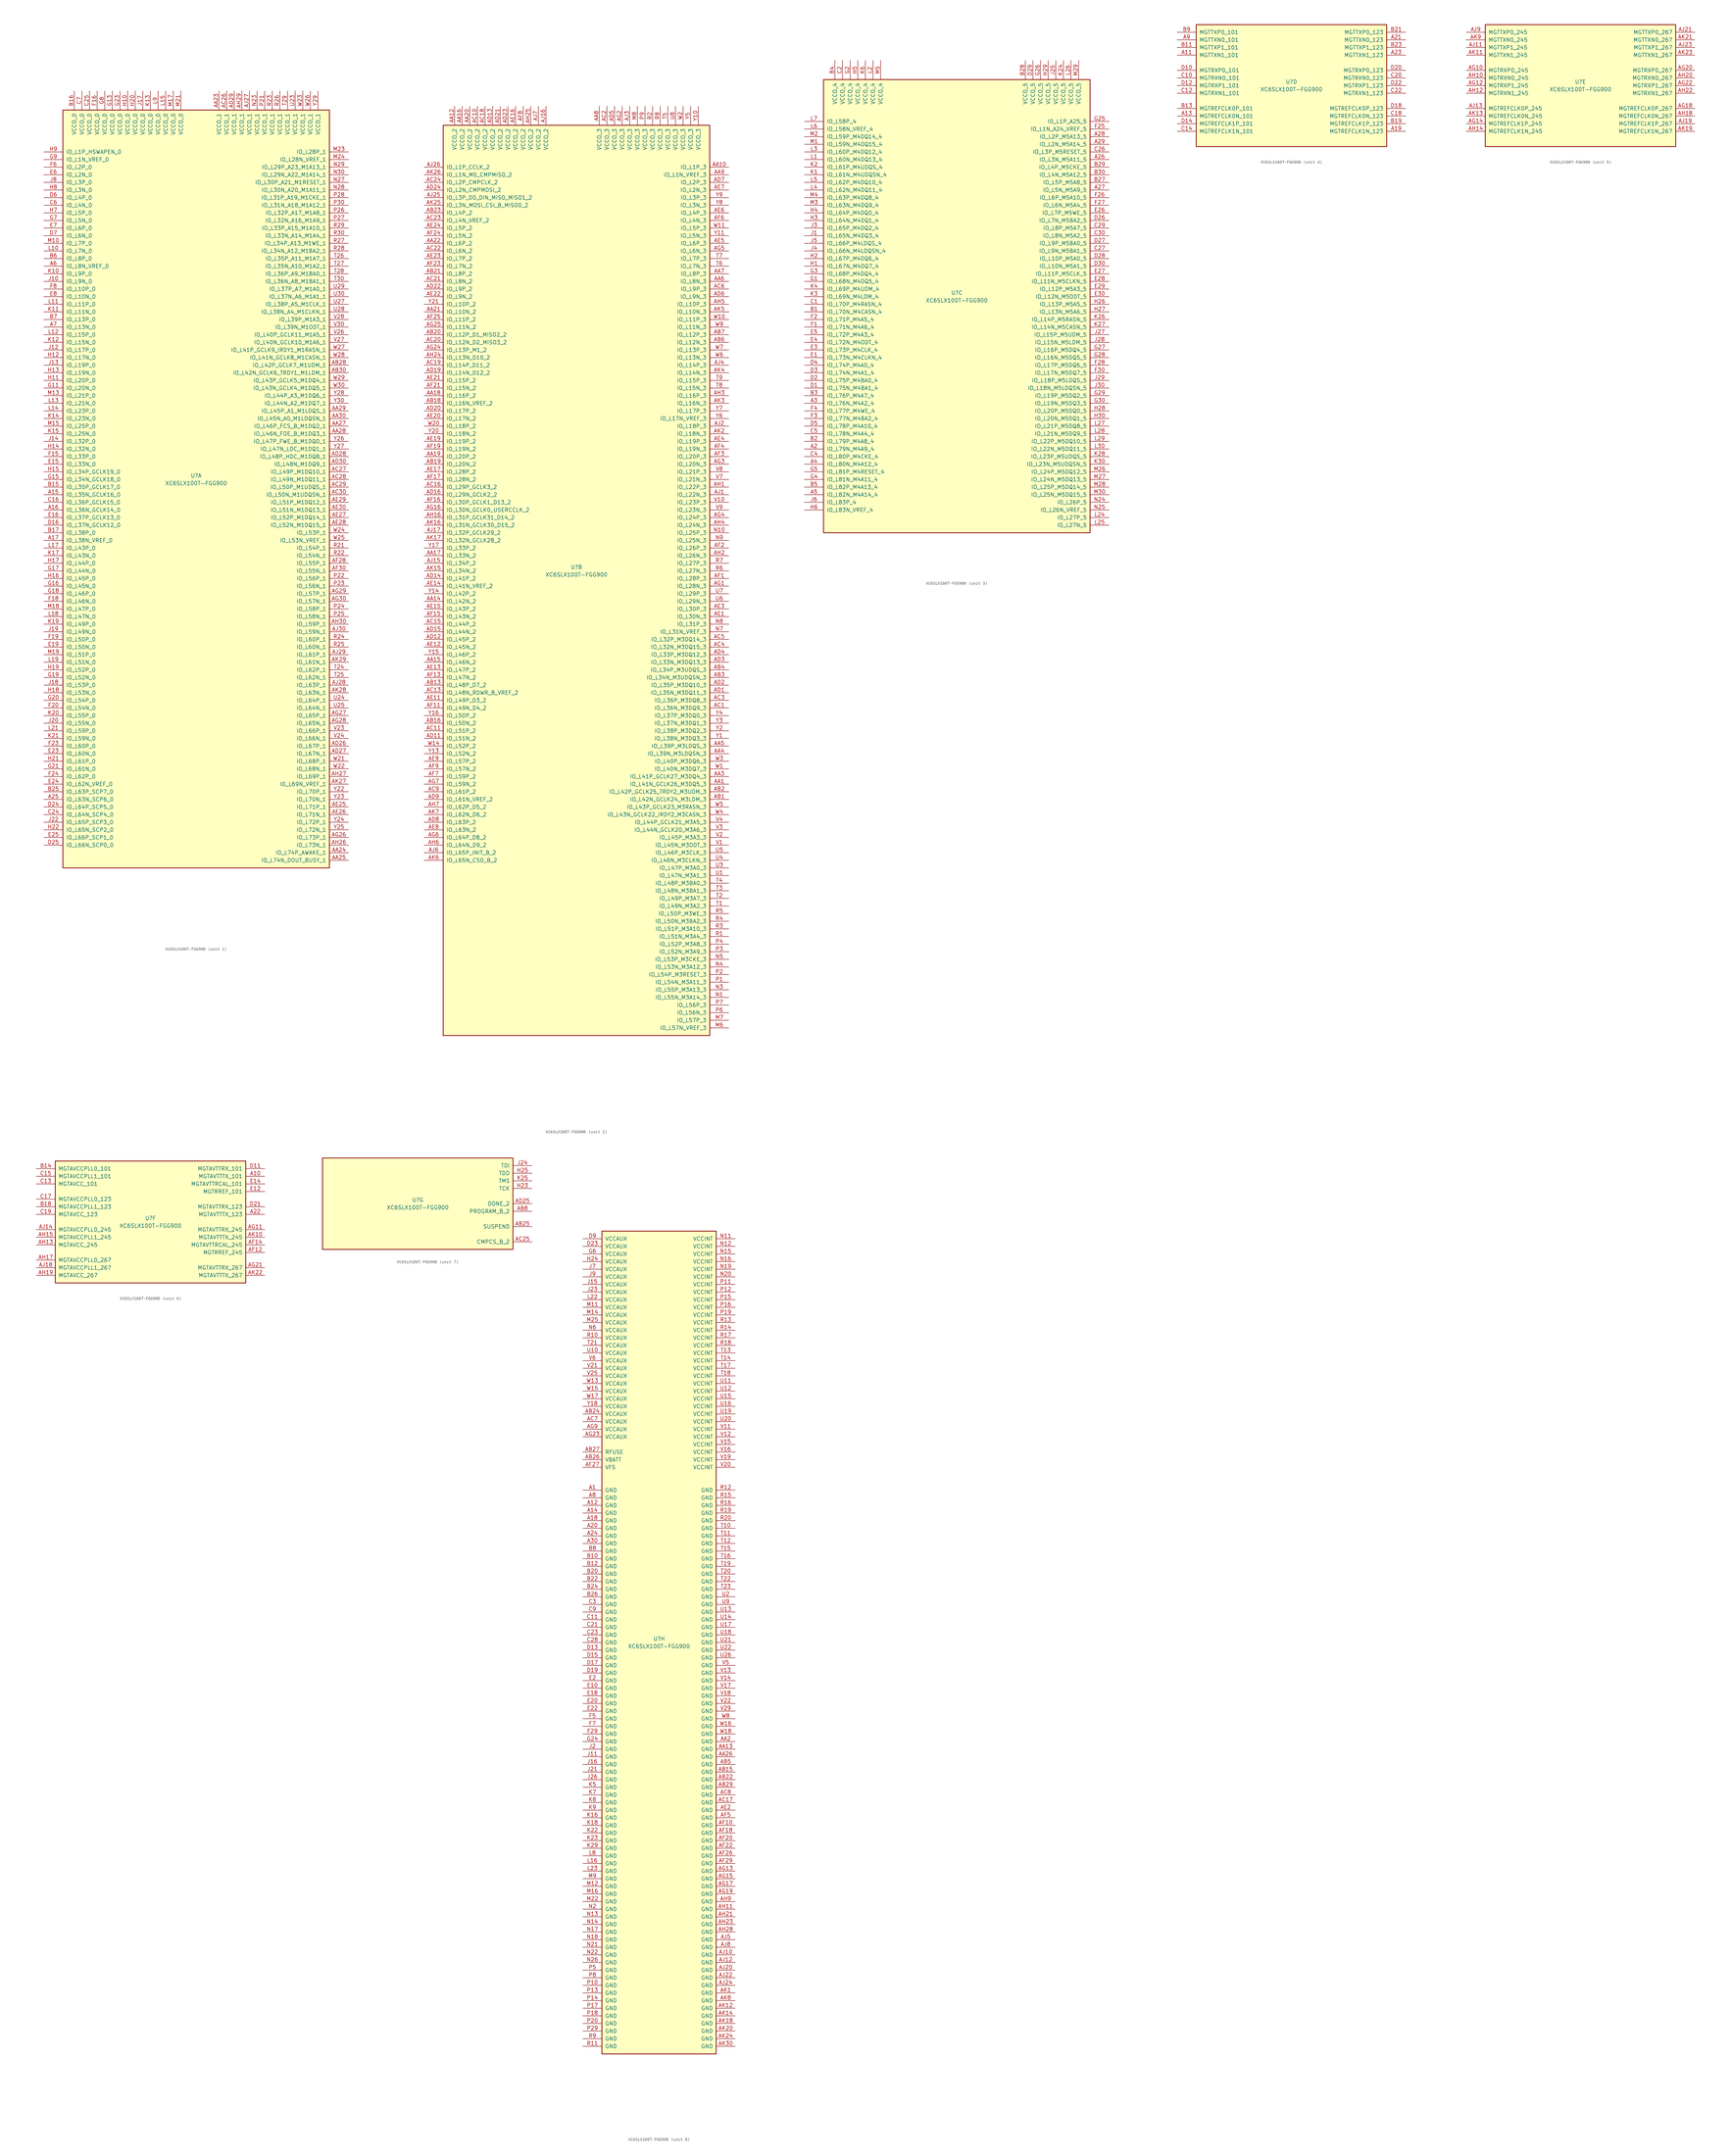
<source format=kicad_sym>
(kicad_symbol_lib
  (version 20201005)
  (generator kicad_symbol_editor)
  (symbol "FPGA_Xilinx_Spartan6:XC6SLX100T-FGG900"
    (pin_names
      (offset 1.016))
    (property "Reference" "U"
      (at 0 1.27 0)
      (effects (font (size 1.27 1.27))))
    (property "Value" "XC6SLX100T-FGG900"
      (at 0 -1.27 0)
      (effects (font (size 1.27 1.27))))
    (property "Datasheet" ""
      (at 0 0 0)
      (effects (font (size 1.27 1.27))))
    (property "ki_locked" ""
      (at 0 0 0)
      (effects (font (size 1.27 1.27))))
    (symbol "XC6SLX100T-FGG900_1_1"
      (rectangle (start -44.45 123.19) (end 44.45 -129.54) (stroke (width 0.254)) (fill (type background)))
      (pin power_in line (at -40.64 129.54 270) (length 6.35) (name "VCCO_0" (effects (font (size 1.27 1.27)))) (number "B16" (effects (font (size 1.27 1.27)))))
      (pin power_in line (at -38.1 129.54 270) (length 6.35) (name "VCCO_0" (effects (font (size 1.27 1.27)))) (number "C7" (effects (font (size 1.27 1.27)))))
      (pin power_in line (at -35.56 129.54 270) (length 6.35) (name "VCCO_0" (effects (font (size 1.27 1.27)))) (number "C25" (effects (font (size 1.27 1.27)))))
      (pin power_in line (at -33.02 129.54 270) (length 6.35) (name "VCCO_0" (effects (font (size 1.27 1.27)))) (number "F16" (effects (font (size 1.27 1.27)))))
      (pin power_in line (at -30.48 129.54 270) (length 6.35) (name "VCCO_0" (effects (font (size 1.27 1.27)))) (number "G8" (effects (font (size 1.27 1.27)))))
      (pin power_in line (at -27.94 129.54 270) (length 6.35) (name "VCCO_0" (effects (font (size 1.27 1.27)))) (number "G13" (effects (font (size 1.27 1.27)))))
      (pin power_in line (at -25.4 129.54 270) (length 6.35) (name "VCCO_0" (effects (font (size 1.27 1.27)))) (number "G23" (effects (font (size 1.27 1.27)))))
      (pin power_in line (at -22.86 129.54 270) (length 6.35) (name "VCCO_0" (effects (font (size 1.27 1.27)))) (number "H10" (effects (font (size 1.27 1.27)))))
      (pin power_in line (at -20.32 129.54 270) (length 6.35) (name "VCCO_0" (effects (font (size 1.27 1.27)))) (number "H20" (effects (font (size 1.27 1.27)))))
      (pin power_in line (at -17.78 129.54 270) (length 6.35) (name "VCCO_0" (effects (font (size 1.27 1.27)))) (number "J17" (effects (font (size 1.27 1.27)))))
      (pin power_in line (at -15.24 129.54 270) (length 6.35) (name "VCCO_0" (effects (font (size 1.27 1.27)))) (number "K13" (effects (font (size 1.27 1.27)))))
      (pin power_in line (at -12.7 129.54 270) (length 6.35) (name "VCCO_0" (effects (font (size 1.27 1.27)))) (number "L9" (effects (font (size 1.27 1.27)))))
      (pin power_in line (at -10.16 129.54 270) (length 6.35) (name "VCCO_0" (effects (font (size 1.27 1.27)))) (number "L15" (effects (font (size 1.27 1.27)))))
      (pin power_in line (at -7.62 129.54 270) (length 6.35) (name "VCCO_0" (effects (font (size 1.27 1.27)))) (number "M17" (effects (font (size 1.27 1.27)))))
      (pin power_in line (at -5.08 129.54 270) (length 6.35) (name "VCCO_0" (effects (font (size 1.27 1.27)))) (number "M21" (effects (font (size 1.27 1.27)))))
      (pin bidirectional line (at -50.8 109.22 0) (length 6.35) (name "IO_L1P_HSWAPEN_0" (effects (font (size 1.27 1.27)))) (number "H9" (effects (font (size 1.27 1.27)))))
      (pin bidirectional line (at -50.8 106.68 0) (length 6.35) (name "IO_L1N_VREF_0" (effects (font (size 1.27 1.27)))) (number "G9" (effects (font (size 1.27 1.27)))))
      (pin bidirectional line (at -50.8 104.14 0) (length 6.35) (name "IO_L2P_0" (effects (font (size 1.27 1.27)))) (number "F6" (effects (font (size 1.27 1.27)))))
      (pin bidirectional line (at -50.8 101.6 0) (length 6.35) (name "IO_L2N_0" (effects (font (size 1.27 1.27)))) (number "E6" (effects (font (size 1.27 1.27)))))
      (pin bidirectional line (at -50.8 99.06 0) (length 6.35) (name "IO_L3P_0" (effects (font (size 1.27 1.27)))) (number "J8" (effects (font (size 1.27 1.27)))))
      (pin bidirectional line (at -50.8 96.52 0) (length 6.35) (name "IO_L3N_0" (effects (font (size 1.27 1.27)))) (number "H8" (effects (font (size 1.27 1.27)))))
      (pin bidirectional line (at -50.8 93.98 0) (length 6.35) (name "IO_L4P_0" (effects (font (size 1.27 1.27)))) (number "D6" (effects (font (size 1.27 1.27)))))
      (pin bidirectional line (at -50.8 91.44 0) (length 6.35) (name "IO_L4N_0" (effects (font (size 1.27 1.27)))) (number "C6" (effects (font (size 1.27 1.27)))))
      (pin bidirectional line (at -50.8 88.9 0) (length 6.35) (name "IO_L5P_0" (effects (font (size 1.27 1.27)))) (number "H7" (effects (font (size 1.27 1.27)))))
      (pin bidirectional line (at -50.8 86.36 0) (length 6.35) (name "IO_L5N_0" (effects (font (size 1.27 1.27)))) (number "G7" (effects (font (size 1.27 1.27)))))
      (pin bidirectional line (at -50.8 83.82 0) (length 6.35) (name "IO_L6P_0" (effects (font (size 1.27 1.27)))) (number "E7" (effects (font (size 1.27 1.27)))))
      (pin bidirectional line (at -50.8 81.28 0) (length 6.35) (name "IO_L6N_0" (effects (font (size 1.27 1.27)))) (number "D7" (effects (font (size 1.27 1.27)))))
      (pin bidirectional line (at -50.8 78.74 0) (length 6.35) (name "IO_L7P_0" (effects (font (size 1.27 1.27)))) (number "M10" (effects (font (size 1.27 1.27)))))
      (pin bidirectional line (at -50.8 76.2 0) (length 6.35) (name "IO_L7N_0" (effects (font (size 1.27 1.27)))) (number "L10" (effects (font (size 1.27 1.27)))))
      (pin bidirectional line (at -50.8 73.66 0) (length 6.35) (name "IO_L8P_0" (effects (font (size 1.27 1.27)))) (number "B6" (effects (font (size 1.27 1.27)))))
      (pin bidirectional line (at -50.8 71.12 0) (length 6.35) (name "IO_L8N_VREF_0" (effects (font (size 1.27 1.27)))) (number "A6" (effects (font (size 1.27 1.27)))))
      (pin bidirectional line (at -50.8 68.58 0) (length 6.35) (name "IO_L9P_0" (effects (font (size 1.27 1.27)))) (number "K10" (effects (font (size 1.27 1.27)))))
      (pin bidirectional line (at -50.8 66.04 0) (length 6.35) (name "IO_L9N_0" (effects (font (size 1.27 1.27)))) (number "J10" (effects (font (size 1.27 1.27)))))
      (pin bidirectional line (at -50.8 63.5 0) (length 6.35) (name "IO_L10P_0" (effects (font (size 1.27 1.27)))) (number "F8" (effects (font (size 1.27 1.27)))))
      (pin bidirectional line (at -50.8 60.96 0) (length 6.35) (name "IO_L10N_0" (effects (font (size 1.27 1.27)))) (number "E8" (effects (font (size 1.27 1.27)))))
      (pin bidirectional line (at -50.8 58.42 0) (length 6.35) (name "IO_L11P_0" (effects (font (size 1.27 1.27)))) (number "L11" (effects (font (size 1.27 1.27)))))
      (pin bidirectional line (at -50.8 55.88 0) (length 6.35) (name "IO_L11N_0" (effects (font (size 1.27 1.27)))) (number "K11" (effects (font (size 1.27 1.27)))))
      (pin bidirectional line (at -50.8 53.34 0) (length 6.35) (name "IO_L13P_0" (effects (font (size 1.27 1.27)))) (number "B7" (effects (font (size 1.27 1.27)))))
      (pin bidirectional line (at -50.8 50.8 0) (length 6.35) (name "IO_L13N_0" (effects (font (size 1.27 1.27)))) (number "A7" (effects (font (size 1.27 1.27)))))
      (pin bidirectional line (at -50.8 48.26 0) (length 6.35) (name "IO_L15P_0" (effects (font (size 1.27 1.27)))) (number "L12" (effects (font (size 1.27 1.27)))))
      (pin bidirectional line (at -50.8 45.72 0) (length 6.35) (name "IO_L15N_0" (effects (font (size 1.27 1.27)))) (number "K12" (effects (font (size 1.27 1.27)))))
      (pin bidirectional line (at -50.8 43.18 0) (length 6.35) (name "IO_L17P_0" (effects (font (size 1.27 1.27)))) (number "J12" (effects (font (size 1.27 1.27)))))
      (pin bidirectional line (at -50.8 40.64 0) (length 6.35) (name "IO_L17N_0" (effects (font (size 1.27 1.27)))) (number "H12" (effects (font (size 1.27 1.27)))))
      (pin bidirectional line (at -50.8 38.1 0) (length 6.35) (name "IO_L19P_0" (effects (font (size 1.27 1.27)))) (number "J13" (effects (font (size 1.27 1.27)))))
      (pin bidirectional line (at -50.8 35.56 0) (length 6.35) (name "IO_L19N_0" (effects (font (size 1.27 1.27)))) (number "H13" (effects (font (size 1.27 1.27)))))
      (pin bidirectional line (at -50.8 33.02 0) (length 6.35) (name "IO_L20P_0" (effects (font (size 1.27 1.27)))) (number "H11" (effects (font (size 1.27 1.27)))))
      (pin bidirectional line (at -50.8 30.48 0) (length 6.35) (name "IO_L20N_0" (effects (font (size 1.27 1.27)))) (number "G11" (effects (font (size 1.27 1.27)))))
      (pin bidirectional line (at -50.8 27.94 0) (length 6.35) (name "IO_L21P_0" (effects (font (size 1.27 1.27)))) (number "M13" (effects (font (size 1.27 1.27)))))
      (pin bidirectional line (at -50.8 25.4 0) (length 6.35) (name "IO_L21N_0" (effects (font (size 1.27 1.27)))) (number "L13" (effects (font (size 1.27 1.27)))))
      (pin bidirectional line (at -50.8 22.86 0) (length 6.35) (name "IO_L23P_0" (effects (font (size 1.27 1.27)))) (number "L14" (effects (font (size 1.27 1.27)))))
      (pin bidirectional line (at -50.8 20.32 0) (length 6.35) (name "IO_L23N_0" (effects (font (size 1.27 1.27)))) (number "K14" (effects (font (size 1.27 1.27)))))
      (pin bidirectional line (at -50.8 17.78 0) (length 6.35) (name "IO_L25P_0" (effects (font (size 1.27 1.27)))) (number "M15" (effects (font (size 1.27 1.27)))))
      (pin bidirectional line (at -50.8 15.24 0) (length 6.35) (name "IO_L25N_0" (effects (font (size 1.27 1.27)))) (number "K15" (effects (font (size 1.27 1.27)))))
      (pin bidirectional line (at -50.8 12.7 0) (length 6.35) (name "IO_L32P_0" (effects (font (size 1.27 1.27)))) (number "J14" (effects (font (size 1.27 1.27)))))
      (pin bidirectional line (at -50.8 10.16 0) (length 6.35) (name "IO_L32N_0" (effects (font (size 1.27 1.27)))) (number "H14" (effects (font (size 1.27 1.27)))))
      (pin bidirectional line (at -50.8 7.62 0) (length 6.35) (name "IO_L33P_0" (effects (font (size 1.27 1.27)))) (number "F15" (effects (font (size 1.27 1.27)))))
      (pin bidirectional line (at -50.8 5.08 0) (length 6.35) (name "IO_L33N_0" (effects (font (size 1.27 1.27)))) (number "E15" (effects (font (size 1.27 1.27)))))
      (pin bidirectional line (at -50.8 2.54 0) (length 6.35) (name "IO_L34P_GCLK19_0" (effects (font (size 1.27 1.27)))) (number "H15" (effects (font (size 1.27 1.27)))))
      (pin bidirectional line (at -50.8 0 0) (length 6.35) (name "IO_L34N_GCLK18_0" (effects (font (size 1.27 1.27)))) (number "G15" (effects (font (size 1.27 1.27)))))
      (pin bidirectional line (at -50.8 -2.54 0) (length 6.35) (name "IO_L35P_GCLK17_0" (effects (font (size 1.27 1.27)))) (number "B15" (effects (font (size 1.27 1.27)))))
      (pin bidirectional line (at -50.8 -5.08 0) (length 6.35) (name "IO_L35N_GCLK16_0" (effects (font (size 1.27 1.27)))) (number "A15" (effects (font (size 1.27 1.27)))))
      (pin bidirectional line (at -50.8 -7.62 0) (length 6.35) (name "IO_L36P_GCLK15_0" (effects (font (size 1.27 1.27)))) (number "C16" (effects (font (size 1.27 1.27)))))
      (pin bidirectional line (at -50.8 -10.16 0) (length 6.35) (name "IO_L36N_GCLK14_0" (effects (font (size 1.27 1.27)))) (number "A16" (effects (font (size 1.27 1.27)))))
      (pin bidirectional line (at -50.8 -12.7 0) (length 6.35) (name "IO_L37P_GCLK13_0" (effects (font (size 1.27 1.27)))) (number "E16" (effects (font (size 1.27 1.27)))))
      (pin bidirectional line (at -50.8 -15.24 0) (length 6.35) (name "IO_L37N_GCLK12_0" (effects (font (size 1.27 1.27)))) (number "D16" (effects (font (size 1.27 1.27)))))
      (pin bidirectional line (at -50.8 -17.78 0) (length 6.35) (name "IO_L38P_0" (effects (font (size 1.27 1.27)))) (number "B17" (effects (font (size 1.27 1.27)))))
      (pin bidirectional line (at -50.8 -20.32 0) (length 6.35) (name "IO_L38N_VREF_0" (effects (font (size 1.27 1.27)))) (number "A17" (effects (font (size 1.27 1.27)))))
      (pin bidirectional line (at -50.8 -22.86 0) (length 6.35) (name "IO_L43P_0" (effects (font (size 1.27 1.27)))) (number "L17" (effects (font (size 1.27 1.27)))))
      (pin bidirectional line (at -50.8 -25.4 0) (length 6.35) (name "IO_L43N_0" (effects (font (size 1.27 1.27)))) (number "K17" (effects (font (size 1.27 1.27)))))
      (pin bidirectional line (at -50.8 -27.94 0) (length 6.35) (name "IO_L44P_0" (effects (font (size 1.27 1.27)))) (number "H17" (effects (font (size 1.27 1.27)))))
      (pin bidirectional line (at -50.8 -30.48 0) (length 6.35) (name "IO_L44N_0" (effects (font (size 1.27 1.27)))) (number "G17" (effects (font (size 1.27 1.27)))))
      (pin bidirectional line (at -50.8 -33.02 0) (length 6.35) (name "IO_L45P_0" (effects (font (size 1.27 1.27)))) (number "H16" (effects (font (size 1.27 1.27)))))
      (pin bidirectional line (at -50.8 -35.56 0) (length 6.35) (name "IO_L45N_0" (effects (font (size 1.27 1.27)))) (number "G16" (effects (font (size 1.27 1.27)))))
      (pin bidirectional line (at -50.8 -38.1 0) (length 6.35) (name "IO_L46P_0" (effects (font (size 1.27 1.27)))) (number "G18" (effects (font (size 1.27 1.27)))))
      (pin bidirectional line (at -50.8 -40.64 0) (length 6.35) (name "IO_L46N_0" (effects (font (size 1.27 1.27)))) (number "F18" (effects (font (size 1.27 1.27)))))
      (pin bidirectional line (at -50.8 -43.18 0) (length 6.35) (name "IO_L47P_0" (effects (font (size 1.27 1.27)))) (number "M18" (effects (font (size 1.27 1.27)))))
      (pin bidirectional line (at -50.8 -45.72 0) (length 6.35) (name "IO_L47N_0" (effects (font (size 1.27 1.27)))) (number "L18" (effects (font (size 1.27 1.27)))))
      (pin bidirectional line (at -50.8 -48.26 0) (length 6.35) (name "IO_L49P_0" (effects (font (size 1.27 1.27)))) (number "K19" (effects (font (size 1.27 1.27)))))
      (pin bidirectional line (at -50.8 -50.8 0) (length 6.35) (name "IO_L49N_0" (effects (font (size 1.27 1.27)))) (number "J19" (effects (font (size 1.27 1.27)))))
      (pin bidirectional line (at -50.8 -53.34 0) (length 6.35) (name "IO_L50P_0" (effects (font (size 1.27 1.27)))) (number "F19" (effects (font (size 1.27 1.27)))))
      (pin bidirectional line (at -50.8 -55.88 0) (length 6.35) (name "IO_L50N_0" (effects (font (size 1.27 1.27)))) (number "E19" (effects (font (size 1.27 1.27)))))
      (pin bidirectional line (at -50.8 -58.42 0) (length 6.35) (name "IO_L51P_0" (effects (font (size 1.27 1.27)))) (number "M19" (effects (font (size 1.27 1.27)))))
      (pin bidirectional line (at -50.8 -60.96 0) (length 6.35) (name "IO_L51N_0" (effects (font (size 1.27 1.27)))) (number "L19" (effects (font (size 1.27 1.27)))))
      (pin bidirectional line (at -50.8 -63.5 0) (length 6.35) (name "IO_L52P_0" (effects (font (size 1.27 1.27)))) (number "H19" (effects (font (size 1.27 1.27)))))
      (pin bidirectional line (at -50.8 -66.04 0) (length 6.35) (name "IO_L52N_0" (effects (font (size 1.27 1.27)))) (number "G19" (effects (font (size 1.27 1.27)))))
      (pin bidirectional line (at -50.8 -68.58 0) (length 6.35) (name "IO_L53P_0" (effects (font (size 1.27 1.27)))) (number "J18" (effects (font (size 1.27 1.27)))))
      (pin bidirectional line (at -50.8 -71.12 0) (length 6.35) (name "IO_L53N_0" (effects (font (size 1.27 1.27)))) (number "H18" (effects (font (size 1.27 1.27)))))
      (pin bidirectional line (at -50.8 -73.66 0) (length 6.35) (name "IO_L54P_0" (effects (font (size 1.27 1.27)))) (number "G20" (effects (font (size 1.27 1.27)))))
      (pin bidirectional line (at -50.8 -76.2 0) (length 6.35) (name "IO_L54N_0" (effects (font (size 1.27 1.27)))) (number "F20" (effects (font (size 1.27 1.27)))))
      (pin bidirectional line (at -50.8 -78.74 0) (length 6.35) (name "IO_L55P_0" (effects (font (size 1.27 1.27)))) (number "K20" (effects (font (size 1.27 1.27)))))
      (pin bidirectional line (at -50.8 -81.28 0) (length 6.35) (name "IO_L55N_0" (effects (font (size 1.27 1.27)))) (number "J20" (effects (font (size 1.27 1.27)))))
      (pin bidirectional line (at -50.8 -83.82 0) (length 6.35) (name "IO_L59P_0" (effects (font (size 1.27 1.27)))) (number "L21" (effects (font (size 1.27 1.27)))))
      (pin bidirectional line (at -50.8 -86.36 0) (length 6.35) (name "IO_L59N_0" (effects (font (size 1.27 1.27)))) (number "K21" (effects (font (size 1.27 1.27)))))
      (pin bidirectional line (at -50.8 -88.9 0) (length 6.35) (name "IO_L60P_0" (effects (font (size 1.27 1.27)))) (number "F23" (effects (font (size 1.27 1.27)))))
      (pin bidirectional line (at -50.8 -91.44 0) (length 6.35) (name "IO_L60N_0" (effects (font (size 1.27 1.27)))) (number "E23" (effects (font (size 1.27 1.27)))))
      (pin bidirectional line (at -50.8 -93.98 0) (length 6.35) (name "IO_L61P_0" (effects (font (size 1.27 1.27)))) (number "H21" (effects (font (size 1.27 1.27)))))
      (pin bidirectional line (at -50.8 -96.52 0) (length 6.35) (name "IO_L61N_0" (effects (font (size 1.27 1.27)))) (number "G21" (effects (font (size 1.27 1.27)))))
      (pin bidirectional line (at -50.8 -99.06 0) (length 6.35) (name "IO_L62P_0" (effects (font (size 1.27 1.27)))) (number "F24" (effects (font (size 1.27 1.27)))))
      (pin bidirectional line (at -50.8 -101.6 0) (length 6.35) (name "IO_L62N_VREF_0" (effects (font (size 1.27 1.27)))) (number "E24" (effects (font (size 1.27 1.27)))))
      (pin bidirectional line (at -50.8 -104.14 0) (length 6.35) (name "IO_L63P_SCP7_0" (effects (font (size 1.27 1.27)))) (number "B25" (effects (font (size 1.27 1.27)))))
      (pin bidirectional line (at -50.8 -106.68 0) (length 6.35) (name "IO_L63N_SCP6_0" (effects (font (size 1.27 1.27)))) (number "A25" (effects (font (size 1.27 1.27)))))
      (pin bidirectional line (at -50.8 -109.22 0) (length 6.35) (name "IO_L64P_SCP5_0" (effects (font (size 1.27 1.27)))) (number "D24" (effects (font (size 1.27 1.27)))))
      (pin bidirectional line (at -50.8 -111.76 0) (length 6.35) (name "IO_L64N_SCP4_0" (effects (font (size 1.27 1.27)))) (number "C24" (effects (font (size 1.27 1.27)))))
      (pin bidirectional line (at -50.8 -114.3 0) (length 6.35) (name "IO_L65P_SCP3_0" (effects (font (size 1.27 1.27)))) (number "J22" (effects (font (size 1.27 1.27)))))
      (pin bidirectional line (at -50.8 -116.84 0) (length 6.35) (name "IO_L65N_SCP2_0" (effects (font (size 1.27 1.27)))) (number "H22" (effects (font (size 1.27 1.27)))))
      (pin bidirectional line (at -50.8 -119.38 0) (length 6.35) (name "IO_L66P_SCP1_0" (effects (font (size 1.27 1.27)))) (number "E25" (effects (font (size 1.27 1.27)))))
      (pin bidirectional line (at -50.8 -121.92 0) (length 6.35) (name "IO_L66N_SCP0_0" (effects (font (size 1.27 1.27)))) (number "D25" (effects (font (size 1.27 1.27)))))
      (pin power_in line (at 7.62 129.54 270) (length 6.35) (name "VCCO_1" (effects (font (size 1.27 1.27)))) (number "AA23" (effects (font (size 1.27 1.27)))))
      (pin power_in line (at 10.16 129.54 270) (length 6.35) (name "VCCO_1" (effects (font (size 1.27 1.27)))) (number "AC26" (effects (font (size 1.27 1.27)))))
      (pin power_in line (at 12.7 129.54 270) (length 6.35) (name "VCCO_1" (effects (font (size 1.27 1.27)))) (number "AD29" (effects (font (size 1.27 1.27)))))
      (pin power_in line (at 15.24 129.54 270) (length 6.35) (name "VCCO_1" (effects (font (size 1.27 1.27)))) (number "AH29" (effects (font (size 1.27 1.27)))))
      (pin power_in line (at 17.78 129.54 270) (length 6.35) (name "VCCO_1" (effects (font (size 1.27 1.27)))) (number "AJ27" (effects (font (size 1.27 1.27)))))
      (pin power_in line (at 20.32 129.54 270) (length 6.35) (name "VCCO_1" (effects (font (size 1.27 1.27)))) (number "N23" (effects (font (size 1.27 1.27)))))
      (pin power_in line (at 22.86 129.54 270) (length 6.35) (name "VCCO_1" (effects (font (size 1.27 1.27)))) (number "P21" (effects (font (size 1.27 1.27)))))
      (pin power_in line (at 25.4 129.54 270) (length 6.35) (name "VCCO_1" (effects (font (size 1.27 1.27)))) (number "R23" (effects (font (size 1.27 1.27)))))
      (pin power_in line (at 27.94 129.54 270) (length 6.35) (name "VCCO_1" (effects (font (size 1.27 1.27)))) (number "R26" (effects (font (size 1.27 1.27)))))
      (pin power_in line (at 30.48 129.54 270) (length 6.35) (name "VCCO_1" (effects (font (size 1.27 1.27)))) (number "T29" (effects (font (size 1.27 1.27)))))
      (pin power_in line (at 33.02 129.54 270) (length 6.35) (name "VCCO_1" (effects (font (size 1.27 1.27)))) (number "U23" (effects (font (size 1.27 1.27)))))
      (pin power_in line (at 35.56 129.54 270) (length 6.35) (name "VCCO_1" (effects (font (size 1.27 1.27)))) (number "W23" (effects (font (size 1.27 1.27)))))
      (pin power_in line (at 38.1 129.54 270) (length 6.35) (name "VCCO_1" (effects (font (size 1.27 1.27)))) (number "W26" (effects (font (size 1.27 1.27)))))
      (pin power_in line (at 40.64 129.54 270) (length 6.35) (name "VCCO_1" (effects (font (size 1.27 1.27)))) (number "Y29" (effects (font (size 1.27 1.27)))))
      (pin bidirectional line (at 50.8 109.22 180) (length 6.35) (name "IO_L28P_1" (effects (font (size 1.27 1.27)))) (number "M23" (effects (font (size 1.27 1.27)))))
      (pin bidirectional line (at 50.8 106.68 180) (length 6.35) (name "IO_L28N_VREF_1" (effects (font (size 1.27 1.27)))) (number "M24" (effects (font (size 1.27 1.27)))))
      (pin bidirectional line (at 50.8 104.14 180) (length 6.35) (name "IO_L29P_A23_M1A13_1" (effects (font (size 1.27 1.27)))) (number "N29" (effects (font (size 1.27 1.27)))))
      (pin bidirectional line (at 50.8 101.6 180) (length 6.35) (name "IO_L29N_A22_M1A14_1" (effects (font (size 1.27 1.27)))) (number "N30" (effects (font (size 1.27 1.27)))))
      (pin bidirectional line (at 50.8 99.06 180) (length 6.35) (name "IO_L30P_A21_M1RESET_1" (effects (font (size 1.27 1.27)))) (number "N27" (effects (font (size 1.27 1.27)))))
      (pin bidirectional line (at 50.8 96.52 180) (length 6.35) (name "IO_L30N_A20_M1A11_1" (effects (font (size 1.27 1.27)))) (number "N28" (effects (font (size 1.27 1.27)))))
      (pin bidirectional line (at 50.8 93.98 180) (length 6.35) (name "IO_L31P_A19_M1CKE_1" (effects (font (size 1.27 1.27)))) (number "P28" (effects (font (size 1.27 1.27)))))
      (pin bidirectional line (at 50.8 91.44 180) (length 6.35) (name "IO_L31N_A18_M1A12_1" (effects (font (size 1.27 1.27)))) (number "P30" (effects (font (size 1.27 1.27)))))
      (pin bidirectional line (at 50.8 88.9 180) (length 6.35) (name "IO_L32P_A17_M1A8_1" (effects (font (size 1.27 1.27)))) (number "P26" (effects (font (size 1.27 1.27)))))
      (pin bidirectional line (at 50.8 86.36 180) (length 6.35) (name "IO_L32N_A16_M1A9_1" (effects (font (size 1.27 1.27)))) (number "P27" (effects (font (size 1.27 1.27)))))
      (pin bidirectional line (at 50.8 83.82 180) (length 6.35) (name "IO_L33P_A15_M1A10_1" (effects (font (size 1.27 1.27)))) (number "R29" (effects (font (size 1.27 1.27)))))
      (pin bidirectional line (at 50.8 81.28 180) (length 6.35) (name "IO_L33N_A14_M1A4_1" (effects (font (size 1.27 1.27)))) (number "R30" (effects (font (size 1.27 1.27)))))
      (pin bidirectional line (at 50.8 78.74 180) (length 6.35) (name "IO_L34P_A13_M1WE_1" (effects (font (size 1.27 1.27)))) (number "R27" (effects (font (size 1.27 1.27)))))
      (pin bidirectional line (at 50.8 76.2 180) (length 6.35) (name "IO_L34N_A12_M1BA2_1" (effects (font (size 1.27 1.27)))) (number "R28" (effects (font (size 1.27 1.27)))))
      (pin bidirectional line (at 50.8 73.66 180) (length 6.35) (name "IO_L35P_A11_M1A7_1" (effects (font (size 1.27 1.27)))) (number "T26" (effects (font (size 1.27 1.27)))))
      (pin bidirectional line (at 50.8 71.12 180) (length 6.35) (name "IO_L35N_A10_M1A2_1" (effects (font (size 1.27 1.27)))) (number "T27" (effects (font (size 1.27 1.27)))))
      (pin bidirectional line (at 50.8 68.58 180) (length 6.35) (name "IO_L36P_A9_M1BA0_1" (effects (font (size 1.27 1.27)))) (number "T28" (effects (font (size 1.27 1.27)))))
      (pin bidirectional line (at 50.8 66.04 180) (length 6.35) (name "IO_L36N_A8_M1BA1_1" (effects (font (size 1.27 1.27)))) (number "T30" (effects (font (size 1.27 1.27)))))
      (pin bidirectional line (at 50.8 63.5 180) (length 6.35) (name "IO_L37P_A7_M1A0_1" (effects (font (size 1.27 1.27)))) (number "U29" (effects (font (size 1.27 1.27)))))
      (pin bidirectional line (at 50.8 60.96 180) (length 6.35) (name "IO_L37N_A6_M1A1_1" (effects (font (size 1.27 1.27)))) (number "U30" (effects (font (size 1.27 1.27)))))
      (pin bidirectional line (at 50.8 58.42 180) (length 6.35) (name "IO_L38P_A5_M1CLK_1" (effects (font (size 1.27 1.27)))) (number "U27" (effects (font (size 1.27 1.27)))))
      (pin bidirectional line (at 50.8 55.88 180) (length 6.35) (name "IO_L38N_A4_M1CLKN_1" (effects (font (size 1.27 1.27)))) (number "U28" (effects (font (size 1.27 1.27)))))
      (pin bidirectional line (at 50.8 53.34 180) (length 6.35) (name "IO_L39P_M1A3_1" (effects (font (size 1.27 1.27)))) (number "V28" (effects (font (size 1.27 1.27)))))
      (pin bidirectional line (at 50.8 50.8 180) (length 6.35) (name "IO_L39N_M1ODT_1" (effects (font (size 1.27 1.27)))) (number "V30" (effects (font (size 1.27 1.27)))))
      (pin bidirectional line (at 50.8 48.26 180) (length 6.35) (name "IO_L40P_GCLK11_M1A5_1" (effects (font (size 1.27 1.27)))) (number "V26" (effects (font (size 1.27 1.27)))))
      (pin bidirectional line (at 50.8 45.72 180) (length 6.35) (name "IO_L40N_GCLK10_M1A6_1" (effects (font (size 1.27 1.27)))) (number "V27" (effects (font (size 1.27 1.27)))))
      (pin bidirectional line (at 50.8 43.18 180) (length 6.35) (name "IO_L41P_GCLK9_IRDY1_M1RASN_1" (effects (font (size 1.27 1.27)))) (number "W27" (effects (font (size 1.27 1.27)))))
      (pin bidirectional line (at 50.8 40.64 180) (length 6.35) (name "IO_L41N_GCLK8_M1CASN_1" (effects (font (size 1.27 1.27)))) (number "W28" (effects (font (size 1.27 1.27)))))
      (pin bidirectional line (at 50.8 38.1 180) (length 6.35) (name "IO_L42P_GCLK7_M1UDM_1" (effects (font (size 1.27 1.27)))) (number "AB28" (effects (font (size 1.27 1.27)))))
      (pin bidirectional line (at 50.8 35.56 180) (length 6.35) (name "IO_L42N_GCLK6_TRDY1_M1LDM_1" (effects (font (size 1.27 1.27)))) (number "AB30" (effects (font (size 1.27 1.27)))))
      (pin bidirectional line (at 50.8 33.02 180) (length 6.35) (name "IO_L43P_GCLK5_M1DQ4_1" (effects (font (size 1.27 1.27)))) (number "W29" (effects (font (size 1.27 1.27)))))
      (pin bidirectional line (at 50.8 30.48 180) (length 6.35) (name "IO_L43N_GCLK4_M1DQ5_1" (effects (font (size 1.27 1.27)))) (number "W30" (effects (font (size 1.27 1.27)))))
      (pin bidirectional line (at 50.8 27.94 180) (length 6.35) (name "IO_L44P_A3_M1DQ6_1" (effects (font (size 1.27 1.27)))) (number "Y28" (effects (font (size 1.27 1.27)))))
      (pin bidirectional line (at 50.8 25.4 180) (length 6.35) (name "IO_L44N_A2_M1DQ7_1" (effects (font (size 1.27 1.27)))) (number "Y30" (effects (font (size 1.27 1.27)))))
      (pin bidirectional line (at 50.8 22.86 180) (length 6.35) (name "IO_L45P_A1_M1LDQS_1" (effects (font (size 1.27 1.27)))) (number "AA29" (effects (font (size 1.27 1.27)))))
      (pin bidirectional line (at 50.8 20.32 180) (length 6.35) (name "IO_L45N_A0_M1LDQSN_1" (effects (font (size 1.27 1.27)))) (number "AA30" (effects (font (size 1.27 1.27)))))
      (pin bidirectional line (at 50.8 17.78 180) (length 6.35) (name "IO_L46P_FCS_B_M1DQ2_1" (effects (font (size 1.27 1.27)))) (number "AA27" (effects (font (size 1.27 1.27)))))
      (pin bidirectional line (at 50.8 15.24 180) (length 6.35) (name "IO_L46N_FOE_B_M1DQ3_1" (effects (font (size 1.27 1.27)))) (number "AA28" (effects (font (size 1.27 1.27)))))
      (pin bidirectional line (at 50.8 12.7 180) (length 6.35) (name "IO_L47P_FWE_B_M1DQ0_1" (effects (font (size 1.27 1.27)))) (number "Y26" (effects (font (size 1.27 1.27)))))
      (pin bidirectional line (at 50.8 10.16 180) (length 6.35) (name "IO_L47N_LDC_M1DQ1_1" (effects (font (size 1.27 1.27)))) (number "Y27" (effects (font (size 1.27 1.27)))))
      (pin bidirectional line (at 50.8 7.62 180) (length 6.35) (name "IO_L48P_HDC_M1DQ8_1" (effects (font (size 1.27 1.27)))) (number "AD28" (effects (font (size 1.27 1.27)))))
      (pin bidirectional line (at 50.8 5.08 180) (length 6.35) (name "IO_L48N_M1DQ9_1" (effects (font (size 1.27 1.27)))) (number "AD30" (effects (font (size 1.27 1.27)))))
      (pin bidirectional line (at 50.8 2.54 180) (length 6.35) (name "IO_L49P_M1DQ10_1" (effects (font (size 1.27 1.27)))) (number "AC27" (effects (font (size 1.27 1.27)))))
      (pin bidirectional line (at 50.8 0 180) (length 6.35) (name "IO_L49N_M1DQ11_1" (effects (font (size 1.27 1.27)))) (number "AC28" (effects (font (size 1.27 1.27)))))
      (pin bidirectional line (at 50.8 -2.54 180) (length 6.35) (name "IO_L50P_M1UDQS_1" (effects (font (size 1.27 1.27)))) (number "AC29" (effects (font (size 1.27 1.27)))))
      (pin bidirectional line (at 50.8 -5.08 180) (length 6.35) (name "IO_L50N_M1UDQSN_1" (effects (font (size 1.27 1.27)))) (number "AC30" (effects (font (size 1.27 1.27)))))
      (pin bidirectional line (at 50.8 -7.62 180) (length 6.35) (name "IO_L51P_M1DQ12_1" (effects (font (size 1.27 1.27)))) (number "AE29" (effects (font (size 1.27 1.27)))))
      (pin bidirectional line (at 50.8 -10.16 180) (length 6.35) (name "IO_L51N_M1DQ13_1" (effects (font (size 1.27 1.27)))) (number "AE30" (effects (font (size 1.27 1.27)))))
      (pin bidirectional line (at 50.8 -12.7 180) (length 6.35) (name "IO_L52P_M1DQ14_1" (effects (font (size 1.27 1.27)))) (number "AE27" (effects (font (size 1.27 1.27)))))
      (pin bidirectional line (at 50.8 -15.24 180) (length 6.35) (name "IO_L52N_M1DQ15_1" (effects (font (size 1.27 1.27)))) (number "AE28" (effects (font (size 1.27 1.27)))))
      (pin bidirectional line (at 50.8 -17.78 180) (length 6.35) (name "IO_L53P_1" (effects (font (size 1.27 1.27)))) (number "W24" (effects (font (size 1.27 1.27)))))
      (pin bidirectional line (at 50.8 -20.32 180) (length 6.35) (name "IO_L53N_VREF_1" (effects (font (size 1.27 1.27)))) (number "W25" (effects (font (size 1.27 1.27)))))
      (pin bidirectional line (at 50.8 -22.86 180) (length 6.35) (name "IO_L54P_1" (effects (font (size 1.27 1.27)))) (number "R21" (effects (font (size 1.27 1.27)))))
      (pin bidirectional line (at 50.8 -25.4 180) (length 6.35) (name "IO_L54N_1" (effects (font (size 1.27 1.27)))) (number "R22" (effects (font (size 1.27 1.27)))))
      (pin bidirectional line (at 50.8 -27.94 180) (length 6.35) (name "IO_L55P_1" (effects (font (size 1.27 1.27)))) (number "AF28" (effects (font (size 1.27 1.27)))))
      (pin bidirectional line (at 50.8 -30.48 180) (length 6.35) (name "IO_L55N_1" (effects (font (size 1.27 1.27)))) (number "AF30" (effects (font (size 1.27 1.27)))))
      (pin bidirectional line (at 50.8 -33.02 180) (length 6.35) (name "IO_L56P_1" (effects (font (size 1.27 1.27)))) (number "P22" (effects (font (size 1.27 1.27)))))
      (pin bidirectional line (at 50.8 -35.56 180) (length 6.35) (name "IO_L56N_1" (effects (font (size 1.27 1.27)))) (number "P23" (effects (font (size 1.27 1.27)))))
      (pin bidirectional line (at 50.8 -38.1 180) (length 6.35) (name "IO_L57P_1" (effects (font (size 1.27 1.27)))) (number "AG29" (effects (font (size 1.27 1.27)))))
      (pin bidirectional line (at 50.8 -40.64 180) (length 6.35) (name "IO_L57N_1" (effects (font (size 1.27 1.27)))) (number "AG30" (effects (font (size 1.27 1.27)))))
      (pin bidirectional line (at 50.8 -43.18 180) (length 6.35) (name "IO_L58P_1" (effects (font (size 1.27 1.27)))) (number "P24" (effects (font (size 1.27 1.27)))))
      (pin bidirectional line (at 50.8 -45.72 180) (length 6.35) (name "IO_L58N_1" (effects (font (size 1.27 1.27)))) (number "P25" (effects (font (size 1.27 1.27)))))
      (pin bidirectional line (at 50.8 -48.26 180) (length 6.35) (name "IO_L59P_1" (effects (font (size 1.27 1.27)))) (number "AH30" (effects (font (size 1.27 1.27)))))
      (pin bidirectional line (at 50.8 -50.8 180) (length 6.35) (name "IO_L59N_1" (effects (font (size 1.27 1.27)))) (number "AJ30" (effects (font (size 1.27 1.27)))))
      (pin bidirectional line (at 50.8 -53.34 180) (length 6.35) (name "IO_L60P_1" (effects (font (size 1.27 1.27)))) (number "R24" (effects (font (size 1.27 1.27)))))
      (pin bidirectional line (at 50.8 -55.88 180) (length 6.35) (name "IO_L60N_1" (effects (font (size 1.27 1.27)))) (number "R25" (effects (font (size 1.27 1.27)))))
      (pin bidirectional line (at 50.8 -58.42 180) (length 6.35) (name "IO_L61P_1" (effects (font (size 1.27 1.27)))) (number "AJ29" (effects (font (size 1.27 1.27)))))
      (pin bidirectional line (at 50.8 -60.96 180) (length 6.35) (name "IO_L61N_1" (effects (font (size 1.27 1.27)))) (number "AK29" (effects (font (size 1.27 1.27)))))
      (pin bidirectional line (at 50.8 -63.5 180) (length 6.35) (name "IO_L62P_1" (effects (font (size 1.27 1.27)))) (number "T24" (effects (font (size 1.27 1.27)))))
      (pin bidirectional line (at 50.8 -66.04 180) (length 6.35) (name "IO_L62N_1" (effects (font (size 1.27 1.27)))) (number "T25" (effects (font (size 1.27 1.27)))))
      (pin bidirectional line (at 50.8 -68.58 180) (length 6.35) (name "IO_L63P_1" (effects (font (size 1.27 1.27)))) (number "AJ28" (effects (font (size 1.27 1.27)))))
      (pin bidirectional line (at 50.8 -71.12 180) (length 6.35) (name "IO_L63N_1" (effects (font (size 1.27 1.27)))) (number "AK28" (effects (font (size 1.27 1.27)))))
      (pin bidirectional line (at 50.8 -73.66 180) (length 6.35) (name "IO_L64P_1" (effects (font (size 1.27 1.27)))) (number "U24" (effects (font (size 1.27 1.27)))))
      (pin bidirectional line (at 50.8 -76.2 180) (length 6.35) (name "IO_L64N_1" (effects (font (size 1.27 1.27)))) (number "U25" (effects (font (size 1.27 1.27)))))
      (pin bidirectional line (at 50.8 -78.74 180) (length 6.35) (name "IO_L65P_1" (effects (font (size 1.27 1.27)))) (number "AG27" (effects (font (size 1.27 1.27)))))
      (pin bidirectional line (at 50.8 -81.28 180) (length 6.35) (name "IO_L65N_1" (effects (font (size 1.27 1.27)))) (number "AG28" (effects (font (size 1.27 1.27)))))
      (pin bidirectional line (at 50.8 -83.82 180) (length 6.35) (name "IO_L66P_1" (effects (font (size 1.27 1.27)))) (number "V23" (effects (font (size 1.27 1.27)))))
      (pin bidirectional line (at 50.8 -86.36 180) (length 6.35) (name "IO_L66N_1" (effects (font (size 1.27 1.27)))) (number "V24" (effects (font (size 1.27 1.27)))))
      (pin bidirectional line (at 50.8 -88.9 180) (length 6.35) (name "IO_L67P_1" (effects (font (size 1.27 1.27)))) (number "AD26" (effects (font (size 1.27 1.27)))))
      (pin bidirectional line (at 50.8 -91.44 180) (length 6.35) (name "IO_L67N_1" (effects (font (size 1.27 1.27)))) (number "AD27" (effects (font (size 1.27 1.27)))))
      (pin bidirectional line (at 50.8 -93.98 180) (length 6.35) (name "IO_L68P_1" (effects (font (size 1.27 1.27)))) (number "W21" (effects (font (size 1.27 1.27)))))
      (pin bidirectional line (at 50.8 -96.52 180) (length 6.35) (name "IO_L68N_1" (effects (font (size 1.27 1.27)))) (number "W22" (effects (font (size 1.27 1.27)))))
      (pin bidirectional line (at 50.8 -99.06 180) (length 6.35) (name "IO_L69P_1" (effects (font (size 1.27 1.27)))) (number "AH27" (effects (font (size 1.27 1.27)))))
      (pin bidirectional line (at 50.8 -101.6 180) (length 6.35) (name "IO_L69N_VREF_1" (effects (font (size 1.27 1.27)))) (number "AK27" (effects (font (size 1.27 1.27)))))
      (pin bidirectional line (at 50.8 -104.14 180) (length 6.35) (name "IO_L70P_1" (effects (font (size 1.27 1.27)))) (number "Y22" (effects (font (size 1.27 1.27)))))
      (pin bidirectional line (at 50.8 -106.68 180) (length 6.35) (name "IO_L70N_1" (effects (font (size 1.27 1.27)))) (number "Y23" (effects (font (size 1.27 1.27)))))
      (pin bidirectional line (at 50.8 -109.22 180) (length 6.35) (name "IO_L71P_1" (effects (font (size 1.27 1.27)))) (number "AE25" (effects (font (size 1.27 1.27)))))
      (pin bidirectional line (at 50.8 -111.76 180) (length 6.35) (name "IO_L71N_1" (effects (font (size 1.27 1.27)))) (number "AE26" (effects (font (size 1.27 1.27)))))
      (pin bidirectional line (at 50.8 -114.3 180) (length 6.35) (name "IO_L72P_1" (effects (font (size 1.27 1.27)))) (number "Y24" (effects (font (size 1.27 1.27)))))
      (pin bidirectional line (at 50.8 -116.84 180) (length 6.35) (name "IO_L72N_1" (effects (font (size 1.27 1.27)))) (number "Y25" (effects (font (size 1.27 1.27)))))
      (pin bidirectional line (at 50.8 -119.38 180) (length 6.35) (name "IO_L73P_1" (effects (font (size 1.27 1.27)))) (number "AG26" (effects (font (size 1.27 1.27)))))
      (pin bidirectional line (at 50.8 -121.92 180) (length 6.35) (name "IO_L73N_1" (effects (font (size 1.27 1.27)))) (number "AH26" (effects (font (size 1.27 1.27)))))
      (pin bidirectional line (at 50.8 -124.46 180) (length 6.35) (name "IO_L74P_AWAKE_1" (effects (font (size 1.27 1.27)))) (number "AA24" (effects (font (size 1.27 1.27)))))
      (pin bidirectional line (at 50.8 -127 180) (length 6.35) (name "IO_L74N_DOUT_BUSY_1" (effects (font (size 1.27 1.27)))) (number "AA25" (effects (font (size 1.27 1.27))))))
    (symbol "XC6SLX100T-FGG900_2_1"
      (rectangle (start -44.45 148.59) (end 44.45 -154.94) (stroke (width 0.254)) (fill (type background)))
      (pin power_in line (at -40.64 154.94 270) (length 6.35) (name "VCCO_2" (effects (font (size 1.27 1.27)))) (number "AA12" (effects (font (size 1.27 1.27)))))
      (pin power_in line (at -38.1 154.94 270) (length 6.35) (name "VCCO_2" (effects (font (size 1.27 1.27)))) (number "AA16" (effects (font (size 1.27 1.27)))))
      (pin power_in line (at -35.56 154.94 270) (length 6.35) (name "VCCO_2" (effects (font (size 1.27 1.27)))) (number "AA20" (effects (font (size 1.27 1.27)))))
      (pin power_in line (at -33.02 154.94 270) (length 6.35) (name "VCCO_2" (effects (font (size 1.27 1.27)))) (number "AC10" (effects (font (size 1.27 1.27)))))
      (pin power_in line (at -30.48 154.94 270) (length 6.35) (name "VCCO_2" (effects (font (size 1.27 1.27)))) (number "AC18" (effects (font (size 1.27 1.27)))))
      (pin power_in line (at -27.94 154.94 270) (length 6.35) (name "VCCO_2" (effects (font (size 1.27 1.27)))) (number "AD13" (effects (font (size 1.27 1.27)))))
      (pin power_in line (at -25.4 154.94 270) (length 6.35) (name "VCCO_2" (effects (font (size 1.27 1.27)))) (number "AD21" (effects (font (size 1.27 1.27)))))
      (pin power_in line (at -22.86 154.94 270) (length 6.35) (name "VCCO_2" (effects (font (size 1.27 1.27)))) (number "AD23" (effects (font (size 1.27 1.27)))))
      (pin power_in line (at -20.32 154.94 270) (length 6.35) (name "VCCO_2" (effects (font (size 1.27 1.27)))) (number "AE16" (effects (font (size 1.27 1.27)))))
      (pin power_in line (at -17.78 154.94 270) (length 6.35) (name "VCCO_2" (effects (font (size 1.27 1.27)))) (number "AF8" (effects (font (size 1.27 1.27)))))
      (pin power_in line (at -15.24 154.94 270) (length 6.35) (name "VCCO_2" (effects (font (size 1.27 1.27)))) (number "AH25" (effects (font (size 1.27 1.27)))))
      (pin power_in line (at -12.7 154.94 270) (length 6.35) (name "VCCO_2" (effects (font (size 1.27 1.27)))) (number "AJ7" (effects (font (size 1.27 1.27)))))
      (pin power_in line (at -10.16 154.94 270) (length 6.35) (name "VCCO_2" (effects (font (size 1.27 1.27)))) (number "AJ16" (effects (font (size 1.27 1.27)))))
      (pin bidirectional line (at -50.8 134.62 0) (length 6.35) (name "IO_L1P_CCLK_2" (effects (font (size 1.27 1.27)))) (number "AJ26" (effects (font (size 1.27 1.27)))))
      (pin bidirectional line (at -50.8 132.08 0) (length 6.35) (name "IO_L1N_M0_CMPMISO_2" (effects (font (size 1.27 1.27)))) (number "AK26" (effects (font (size 1.27 1.27)))))
      (pin bidirectional line (at -50.8 129.54 0) (length 6.35) (name "IO_L2P_CMPCLK_2" (effects (font (size 1.27 1.27)))) (number "AC24" (effects (font (size 1.27 1.27)))))
      (pin bidirectional line (at -50.8 127 0) (length 6.35) (name "IO_L2N_CMPMOSI_2" (effects (font (size 1.27 1.27)))) (number "AD24" (effects (font (size 1.27 1.27)))))
      (pin bidirectional line (at -50.8 124.46 0) (length 6.35) (name "IO_L3P_D0_DIN_MISO_MISO1_2" (effects (font (size 1.27 1.27)))) (number "AJ25" (effects (font (size 1.27 1.27)))))
      (pin bidirectional line (at -50.8 121.92 0) (length 6.35) (name "IO_L3N_MOSI_CSI_B_MISO0_2" (effects (font (size 1.27 1.27)))) (number "AK25" (effects (font (size 1.27 1.27)))))
      (pin bidirectional line (at -50.8 119.38 0) (length 6.35) (name "IO_L4P_2" (effects (font (size 1.27 1.27)))) (number "AB23" (effects (font (size 1.27 1.27)))))
      (pin bidirectional line (at -50.8 116.84 0) (length 6.35) (name "IO_L4N_VREF_2" (effects (font (size 1.27 1.27)))) (number "AC23" (effects (font (size 1.27 1.27)))))
      (pin bidirectional line (at -50.8 114.3 0) (length 6.35) (name "IO_L5P_2" (effects (font (size 1.27 1.27)))) (number "AE24" (effects (font (size 1.27 1.27)))))
      (pin bidirectional line (at -50.8 111.76 0) (length 6.35) (name "IO_L5N_2" (effects (font (size 1.27 1.27)))) (number "AF24" (effects (font (size 1.27 1.27)))))
      (pin bidirectional line (at -50.8 109.22 0) (length 6.35) (name "IO_L6P_2" (effects (font (size 1.27 1.27)))) (number "AA22" (effects (font (size 1.27 1.27)))))
      (pin bidirectional line (at -50.8 106.68 0) (length 6.35) (name "IO_L6N_2" (effects (font (size 1.27 1.27)))) (number "AC22" (effects (font (size 1.27 1.27)))))
      (pin bidirectional line (at -50.8 104.14 0) (length 6.35) (name "IO_L7P_2" (effects (font (size 1.27 1.27)))) (number "AE23" (effects (font (size 1.27 1.27)))))
      (pin bidirectional line (at -50.8 101.6 0) (length 6.35) (name "IO_L7N_2" (effects (font (size 1.27 1.27)))) (number "AF23" (effects (font (size 1.27 1.27)))))
      (pin bidirectional line (at -50.8 99.06 0) (length 6.35) (name "IO_L8P_2" (effects (font (size 1.27 1.27)))) (number "AB21" (effects (font (size 1.27 1.27)))))
      (pin bidirectional line (at -50.8 96.52 0) (length 6.35) (name "IO_L8N_2" (effects (font (size 1.27 1.27)))) (number "AC21" (effects (font (size 1.27 1.27)))))
      (pin bidirectional line (at -50.8 93.98 0) (length 6.35) (name "IO_L9P_2" (effects (font (size 1.27 1.27)))) (number "AD22" (effects (font (size 1.27 1.27)))))
      (pin bidirectional line (at -50.8 91.44 0) (length 6.35) (name "IO_L9N_2" (effects (font (size 1.27 1.27)))) (number "AE22" (effects (font (size 1.27 1.27)))))
      (pin bidirectional line (at -50.8 88.9 0) (length 6.35) (name "IO_L10P_2" (effects (font (size 1.27 1.27)))) (number "Y21" (effects (font (size 1.27 1.27)))))
      (pin bidirectional line (at -50.8 86.36 0) (length 6.35) (name "IO_L10N_2" (effects (font (size 1.27 1.27)))) (number "AA21" (effects (font (size 1.27 1.27)))))
      (pin bidirectional line (at -50.8 83.82 0) (length 6.35) (name "IO_L11P_2" (effects (font (size 1.27 1.27)))) (number "AF25" (effects (font (size 1.27 1.27)))))
      (pin bidirectional line (at -50.8 81.28 0) (length 6.35) (name "IO_L11N_2" (effects (font (size 1.27 1.27)))) (number "AG25" (effects (font (size 1.27 1.27)))))
      (pin bidirectional line (at -50.8 78.74 0) (length 6.35) (name "IO_L12P_D1_MISO2_2" (effects (font (size 1.27 1.27)))) (number "AB20" (effects (font (size 1.27 1.27)))))
      (pin bidirectional line (at -50.8 76.2 0) (length 6.35) (name "IO_L12N_D2_MISO3_2" (effects (font (size 1.27 1.27)))) (number "AC20" (effects (font (size 1.27 1.27)))))
      (pin bidirectional line (at -50.8 73.66 0) (length 6.35) (name "IO_L13P_M1_2" (effects (font (size 1.27 1.27)))) (number "AG24" (effects (font (size 1.27 1.27)))))
      (pin bidirectional line (at -50.8 71.12 0) (length 6.35) (name "IO_L13N_D10_2" (effects (font (size 1.27 1.27)))) (number "AH24" (effects (font (size 1.27 1.27)))))
      (pin bidirectional line (at -50.8 68.58 0) (length 6.35) (name "IO_L14P_D11_2" (effects (font (size 1.27 1.27)))) (number "AC19" (effects (font (size 1.27 1.27)))))
      (pin bidirectional line (at -50.8 66.04 0) (length 6.35) (name "IO_L14N_D12_2" (effects (font (size 1.27 1.27)))) (number "AD19" (effects (font (size 1.27 1.27)))))
      (pin bidirectional line (at -50.8 63.5 0) (length 6.35) (name "IO_L15P_2" (effects (font (size 1.27 1.27)))) (number "AE21" (effects (font (size 1.27 1.27)))))
      (pin bidirectional line (at -50.8 60.96 0) (length 6.35) (name "IO_L15N_2" (effects (font (size 1.27 1.27)))) (number "AF21" (effects (font (size 1.27 1.27)))))
      (pin bidirectional line (at -50.8 58.42 0) (length 6.35) (name "IO_L16P_2" (effects (font (size 1.27 1.27)))) (number "AA18" (effects (font (size 1.27 1.27)))))
      (pin bidirectional line (at -50.8 55.88 0) (length 6.35) (name "IO_L16N_VREF_2" (effects (font (size 1.27 1.27)))) (number "AB18" (effects (font (size 1.27 1.27)))))
      (pin bidirectional line (at -50.8 53.34 0) (length 6.35) (name "IO_L17P_2" (effects (font (size 1.27 1.27)))) (number "AD20" (effects (font (size 1.27 1.27)))))
      (pin bidirectional line (at -50.8 50.8 0) (length 6.35) (name "IO_L17N_2" (effects (font (size 1.27 1.27)))) (number "AE20" (effects (font (size 1.27 1.27)))))
      (pin bidirectional line (at -50.8 48.26 0) (length 6.35) (name "IO_L18P_2" (effects (font (size 1.27 1.27)))) (number "W20" (effects (font (size 1.27 1.27)))))
      (pin bidirectional line (at -50.8 45.72 0) (length 6.35) (name "IO_L18N_2" (effects (font (size 1.27 1.27)))) (number "Y20" (effects (font (size 1.27 1.27)))))
      (pin bidirectional line (at -50.8 43.18 0) (length 6.35) (name "IO_L19P_2" (effects (font (size 1.27 1.27)))) (number "AE19" (effects (font (size 1.27 1.27)))))
      (pin bidirectional line (at -50.8 40.64 0) (length 6.35) (name "IO_L19N_2" (effects (font (size 1.27 1.27)))) (number "AF19" (effects (font (size 1.27 1.27)))))
      (pin bidirectional line (at -50.8 38.1 0) (length 6.35) (name "IO_L20P_2" (effects (font (size 1.27 1.27)))) (number "AA19" (effects (font (size 1.27 1.27)))))
      (pin bidirectional line (at -50.8 35.56 0) (length 6.35) (name "IO_L20N_2" (effects (font (size 1.27 1.27)))) (number "AB19" (effects (font (size 1.27 1.27)))))
      (pin bidirectional line (at -50.8 33.02 0) (length 6.35) (name "IO_L28P_2" (effects (font (size 1.27 1.27)))) (number "AE17" (effects (font (size 1.27 1.27)))))
      (pin bidirectional line (at -50.8 30.48 0) (length 6.35) (name "IO_L28N_2" (effects (font (size 1.27 1.27)))) (number "AF17" (effects (font (size 1.27 1.27)))))
      (pin bidirectional line (at -50.8 27.94 0) (length 6.35) (name "IO_L29P_GCLK3_2" (effects (font (size 1.27 1.27)))) (number "AC16" (effects (font (size 1.27 1.27)))))
      (pin bidirectional line (at -50.8 25.4 0) (length 6.35) (name "IO_L29N_GCLK2_2" (effects (font (size 1.27 1.27)))) (number "AD16" (effects (font (size 1.27 1.27)))))
      (pin bidirectional line (at -50.8 22.86 0) (length 6.35) (name "IO_L30P_GCLK1_D13_2" (effects (font (size 1.27 1.27)))) (number "AF16" (effects (font (size 1.27 1.27)))))
      (pin bidirectional line (at -50.8 20.32 0) (length 6.35) (name "IO_L30N_GCLK0_USERCCLK_2" (effects (font (size 1.27 1.27)))) (number "AG16" (effects (font (size 1.27 1.27)))))
      (pin bidirectional line (at -50.8 17.78 0) (length 6.35) (name "IO_L31P_GCLK31_D14_2" (effects (font (size 1.27 1.27)))) (number "AH16" (effects (font (size 1.27 1.27)))))
      (pin bidirectional line (at -50.8 15.24 0) (length 6.35) (name "IO_L31N_GCLK30_D15_2" (effects (font (size 1.27 1.27)))) (number "AK16" (effects (font (size 1.27 1.27)))))
      (pin bidirectional line (at -50.8 12.7 0) (length 6.35) (name "IO_L32P_GCLK29_2" (effects (font (size 1.27 1.27)))) (number "AJ17" (effects (font (size 1.27 1.27)))))
      (pin bidirectional line (at -50.8 10.16 0) (length 6.35) (name "IO_L32N_GCLK28_2" (effects (font (size 1.27 1.27)))) (number "AK17" (effects (font (size 1.27 1.27)))))
      (pin bidirectional line (at -50.8 7.62 0) (length 6.35) (name "IO_L33P_2" (effects (font (size 1.27 1.27)))) (number "Y17" (effects (font (size 1.27 1.27)))))
      (pin bidirectional line (at -50.8 5.08 0) (length 6.35) (name "IO_L33N_2" (effects (font (size 1.27 1.27)))) (number "AA17" (effects (font (size 1.27 1.27)))))
      (pin bidirectional line (at -50.8 2.54 0) (length 6.35) (name "IO_L34P_2" (effects (font (size 1.27 1.27)))) (number "AJ15" (effects (font (size 1.27 1.27)))))
      (pin bidirectional line (at -50.8 0 0) (length 6.35) (name "IO_L34N_2" (effects (font (size 1.27 1.27)))) (number "AK15" (effects (font (size 1.27 1.27)))))
      (pin bidirectional line (at -50.8 -2.54 0) (length 6.35) (name "IO_L41P_2" (effects (font (size 1.27 1.27)))) (number "AD14" (effects (font (size 1.27 1.27)))))
      (pin bidirectional line (at -50.8 -5.08 0) (length 6.35) (name "IO_L41N_VREF_2" (effects (font (size 1.27 1.27)))) (number "AE14" (effects (font (size 1.27 1.27)))))
      (pin bidirectional line (at -50.8 -7.62 0) (length 6.35) (name "IO_L42P_2" (effects (font (size 1.27 1.27)))) (number "Y14" (effects (font (size 1.27 1.27)))))
      (pin bidirectional line (at -50.8 -10.16 0) (length 6.35) (name "IO_L42N_2" (effects (font (size 1.27 1.27)))) (number "AA14" (effects (font (size 1.27 1.27)))))
      (pin bidirectional line (at -50.8 -12.7 0) (length 6.35) (name "IO_L43P_2" (effects (font (size 1.27 1.27)))) (number "AE15" (effects (font (size 1.27 1.27)))))
      (pin bidirectional line (at -50.8 -15.24 0) (length 6.35) (name "IO_L43N_2" (effects (font (size 1.27 1.27)))) (number "AF15" (effects (font (size 1.27 1.27)))))
      (pin bidirectional line (at -50.8 -17.78 0) (length 6.35) (name "IO_L44P_2" (effects (font (size 1.27 1.27)))) (number "AC15" (effects (font (size 1.27 1.27)))))
      (pin bidirectional line (at -50.8 -20.32 0) (length 6.35) (name "IO_L44N_2" (effects (font (size 1.27 1.27)))) (number "AD15" (effects (font (size 1.27 1.27)))))
      (pin bidirectional line (at -50.8 -22.86 0) (length 6.35) (name "IO_L45P_2" (effects (font (size 1.27 1.27)))) (number "AD12" (effects (font (size 1.27 1.27)))))
      (pin bidirectional line (at -50.8 -25.4 0) (length 6.35) (name "IO_L45N_2" (effects (font (size 1.27 1.27)))) (number "AE12" (effects (font (size 1.27 1.27)))))
      (pin bidirectional line (at -50.8 -27.94 0) (length 6.35) (name "IO_L46P_2" (effects (font (size 1.27 1.27)))) (number "Y15" (effects (font (size 1.27 1.27)))))
      (pin bidirectional line (at -50.8 -30.48 0) (length 6.35) (name "IO_L46N_2" (effects (font (size 1.27 1.27)))) (number "AA15" (effects (font (size 1.27 1.27)))))
      (pin bidirectional line (at -50.8 -33.02 0) (length 6.35) (name "IO_L47P_2" (effects (font (size 1.27 1.27)))) (number "AE13" (effects (font (size 1.27 1.27)))))
      (pin bidirectional line (at -50.8 -35.56 0) (length 6.35) (name "IO_L47N_2" (effects (font (size 1.27 1.27)))) (number "AF13" (effects (font (size 1.27 1.27)))))
      (pin bidirectional line (at -50.8 -38.1 0) (length 6.35) (name "IO_L48P_D7_2" (effects (font (size 1.27 1.27)))) (number "AB13" (effects (font (size 1.27 1.27)))))
      (pin bidirectional line (at -50.8 -40.64 0) (length 6.35) (name "IO_L48N_RDWR_B_VREF_2" (effects (font (size 1.27 1.27)))) (number "AC13" (effects (font (size 1.27 1.27)))))
      (pin bidirectional line (at -50.8 -43.18 0) (length 6.35) (name "IO_L49P_D3_2" (effects (font (size 1.27 1.27)))) (number "AE11" (effects (font (size 1.27 1.27)))))
      (pin bidirectional line (at -50.8 -45.72 0) (length 6.35) (name "IO_L49N_D4_2" (effects (font (size 1.27 1.27)))) (number "AF11" (effects (font (size 1.27 1.27)))))
      (pin bidirectional line (at -50.8 -48.26 0) (length 6.35) (name "IO_L50P_2" (effects (font (size 1.27 1.27)))) (number "Y16" (effects (font (size 1.27 1.27)))))
      (pin bidirectional line (at -50.8 -50.8 0) (length 6.35) (name "IO_L50N_2" (effects (font (size 1.27 1.27)))) (number "AB16" (effects (font (size 1.27 1.27)))))
      (pin bidirectional line (at -50.8 -53.34 0) (length 6.35) (name "IO_L51P_2" (effects (font (size 1.27 1.27)))) (number "AC11" (effects (font (size 1.27 1.27)))))
      (pin bidirectional line (at -50.8 -55.88 0) (length 6.35) (name "IO_L51N_2" (effects (font (size 1.27 1.27)))) (number "AD11" (effects (font (size 1.27 1.27)))))
      (pin bidirectional line (at -50.8 -58.42 0) (length 6.35) (name "IO_L52P_2" (effects (font (size 1.27 1.27)))) (number "W14" (effects (font (size 1.27 1.27)))))
      (pin bidirectional line (at -50.8 -60.96 0) (length 6.35) (name "IO_L52N_2" (effects (font (size 1.27 1.27)))) (number "Y13" (effects (font (size 1.27 1.27)))))
      (pin bidirectional line (at -50.8 -63.5 0) (length 6.35) (name "IO_L57P_2" (effects (font (size 1.27 1.27)))) (number "AE9" (effects (font (size 1.27 1.27)))))
      (pin bidirectional line (at -50.8 -66.04 0) (length 6.35) (name "IO_L57N_2" (effects (font (size 1.27 1.27)))) (number "AF9" (effects (font (size 1.27 1.27)))))
      (pin bidirectional line (at -50.8 -68.58 0) (length 6.35) (name "IO_L59P_2" (effects (font (size 1.27 1.27)))) (number "AF7" (effects (font (size 1.27 1.27)))))
      (pin bidirectional line (at -50.8 -71.12 0) (length 6.35) (name "IO_L59N_2" (effects (font (size 1.27 1.27)))) (number "AG7" (effects (font (size 1.27 1.27)))))
      (pin bidirectional line (at -50.8 -73.66 0) (length 6.35) (name "IO_L61P_2" (effects (font (size 1.27 1.27)))) (number "AC9" (effects (font (size 1.27 1.27)))))
      (pin bidirectional line (at -50.8 -76.2 0) (length 6.35) (name "IO_L61N_VREF_2" (effects (font (size 1.27 1.27)))) (number "AD9" (effects (font (size 1.27 1.27)))))
      (pin bidirectional line (at -50.8 -78.74 0) (length 6.35) (name "IO_L62P_D5_2" (effects (font (size 1.27 1.27)))) (number "AH7" (effects (font (size 1.27 1.27)))))
      (pin bidirectional line (at -50.8 -81.28 0) (length 6.35) (name "IO_L62N_D6_2" (effects (font (size 1.27 1.27)))) (number "AK7" (effects (font (size 1.27 1.27)))))
      (pin bidirectional line (at -50.8 -83.82 0) (length 6.35) (name "IO_L63P_2" (effects (font (size 1.27 1.27)))) (number "AD8" (effects (font (size 1.27 1.27)))))
      (pin bidirectional line (at -50.8 -86.36 0) (length 6.35) (name "IO_L63N_2" (effects (font (size 1.27 1.27)))) (number "AE8" (effects (font (size 1.27 1.27)))))
      (pin bidirectional line (at -50.8 -88.9 0) (length 6.35) (name "IO_L64P_D8_2" (effects (font (size 1.27 1.27)))) (number "AG6" (effects (font (size 1.27 1.27)))))
      (pin bidirectional line (at -50.8 -91.44 0) (length 6.35) (name "IO_L64N_D9_2" (effects (font (size 1.27 1.27)))) (number "AH6" (effects (font (size 1.27 1.27)))))
      (pin bidirectional line (at -50.8 -93.98 0) (length 6.35) (name "IO_L65P_INIT_B_2" (effects (font (size 1.27 1.27)))) (number "AJ6" (effects (font (size 1.27 1.27)))))
      (pin bidirectional line (at -50.8 -96.52 0) (length 6.35) (name "IO_L65N_CSO_B_2" (effects (font (size 1.27 1.27)))) (number "AK6" (effects (font (size 1.27 1.27)))))
      (pin power_in line (at 7.62 154.94 270) (length 6.35) (name "VCCO_3" (effects (font (size 1.27 1.27)))) (number "AA8" (effects (font (size 1.27 1.27)))))
      (pin power_in line (at 10.16 154.94 270) (length 6.35) (name "VCCO_3" (effects (font (size 1.27 1.27)))) (number "AC2" (effects (font (size 1.27 1.27)))))
      (pin power_in line (at 12.7 154.94 270) (length 6.35) (name "VCCO_3" (effects (font (size 1.27 1.27)))) (number "AD5" (effects (font (size 1.27 1.27)))))
      (pin power_in line (at 15.24 154.94 270) (length 6.35) (name "VCCO_3" (effects (font (size 1.27 1.27)))) (number "AG2" (effects (font (size 1.27 1.27)))))
      (pin power_in line (at 17.78 154.94 270) (length 6.35) (name "VCCO_3" (effects (font (size 1.27 1.27)))) (number "AJ3" (effects (font (size 1.27 1.27)))))
      (pin power_in line (at 20.32 154.94 270) (length 6.35) (name "VCCO_3" (effects (font (size 1.27 1.27)))) (number "M8" (effects (font (size 1.27 1.27)))))
      (pin power_in line (at 22.86 154.94 270) (length 6.35) (name "VCCO_3" (effects (font (size 1.27 1.27)))) (number "P9" (effects (font (size 1.27 1.27)))))
      (pin power_in line (at 25.4 154.94 270) (length 6.35) (name "VCCO_3" (effects (font (size 1.27 1.27)))) (number "R2" (effects (font (size 1.27 1.27)))))
      (pin power_in line (at 27.94 154.94 270) (length 6.35) (name "VCCO_3" (effects (font (size 1.27 1.27)))) (number "R8" (effects (font (size 1.27 1.27)))))
      (pin power_in line (at 30.48 154.94 270) (length 6.35) (name "VCCO_3" (effects (font (size 1.27 1.27)))) (number "T5" (effects (font (size 1.27 1.27)))))
      (pin power_in line (at 33.02 154.94 270) (length 6.35) (name "VCCO_3" (effects (font (size 1.27 1.27)))) (number "U8" (effects (font (size 1.27 1.27)))))
      (pin power_in line (at 35.56 154.94 270) (length 6.35) (name "VCCO_3" (effects (font (size 1.27 1.27)))) (number "W2" (effects (font (size 1.27 1.27)))))
      (pin power_in line (at 38.1 154.94 270) (length 6.35) (name "VCCO_3" (effects (font (size 1.27 1.27)))) (number "Y5" (effects (font (size 1.27 1.27)))))
      (pin power_in line (at 40.64 154.94 270) (length 6.35) (name "VCCO_3" (effects (font (size 1.27 1.27)))) (number "Y10" (effects (font (size 1.27 1.27)))))
      (pin bidirectional line (at 50.8 134.62 180) (length 6.35) (name "IO_L1P_3" (effects (font (size 1.27 1.27)))) (number "AA10" (effects (font (size 1.27 1.27)))))
      (pin bidirectional line (at 50.8 132.08 180) (length 6.35) (name "IO_L1N_VREF_3" (effects (font (size 1.27 1.27)))) (number "AA9" (effects (font (size 1.27 1.27)))))
      (pin bidirectional line (at 50.8 129.54 180) (length 6.35) (name "IO_L2P_3" (effects (font (size 1.27 1.27)))) (number "AD7" (effects (font (size 1.27 1.27)))))
      (pin bidirectional line (at 50.8 127 180) (length 6.35) (name "IO_L2N_3" (effects (font (size 1.27 1.27)))) (number "AE7" (effects (font (size 1.27 1.27)))))
      (pin bidirectional line (at 50.8 124.46 180) (length 6.35) (name "IO_L3P_3" (effects (font (size 1.27 1.27)))) (number "Y9" (effects (font (size 1.27 1.27)))))
      (pin bidirectional line (at 50.8 121.92 180) (length 6.35) (name "IO_L3N_3" (effects (font (size 1.27 1.27)))) (number "Y8" (effects (font (size 1.27 1.27)))))
      (pin bidirectional line (at 50.8 119.38 180) (length 6.35) (name "IO_L4P_3" (effects (font (size 1.27 1.27)))) (number "AE6" (effects (font (size 1.27 1.27)))))
      (pin bidirectional line (at 50.8 116.84 180) (length 6.35) (name "IO_L4N_3" (effects (font (size 1.27 1.27)))) (number "AF6" (effects (font (size 1.27 1.27)))))
      (pin bidirectional line (at 50.8 114.3 180) (length 6.35) (name "IO_L5P_3" (effects (font (size 1.27 1.27)))) (number "W11" (effects (font (size 1.27 1.27)))))
      (pin bidirectional line (at 50.8 111.76 180) (length 6.35) (name "IO_L5N_3" (effects (font (size 1.27 1.27)))) (number "Y11" (effects (font (size 1.27 1.27)))))
      (pin bidirectional line (at 50.8 109.22 180) (length 6.35) (name "IO_L6P_3" (effects (font (size 1.27 1.27)))) (number "AE5" (effects (font (size 1.27 1.27)))))
      (pin bidirectional line (at 50.8 106.68 180) (length 6.35) (name "IO_L6N_3" (effects (font (size 1.27 1.27)))) (number "AG5" (effects (font (size 1.27 1.27)))))
      (pin bidirectional line (at 50.8 104.14 180) (length 6.35) (name "IO_L7P_3" (effects (font (size 1.27 1.27)))) (number "T7" (effects (font (size 1.27 1.27)))))
      (pin bidirectional line (at 50.8 101.6 180) (length 6.35) (name "IO_L7N_3" (effects (font (size 1.27 1.27)))) (number "T6" (effects (font (size 1.27 1.27)))))
      (pin bidirectional line (at 50.8 99.06 180) (length 6.35) (name "IO_L8P_3" (effects (font (size 1.27 1.27)))) (number "AA7" (effects (font (size 1.27 1.27)))))
      (pin bidirectional line (at 50.8 96.52 180) (length 6.35) (name "IO_L8N_3" (effects (font (size 1.27 1.27)))) (number "AA6" (effects (font (size 1.27 1.27)))))
      (pin bidirectional line (at 50.8 93.98 180) (length 6.35) (name "IO_L9P_3" (effects (font (size 1.27 1.27)))) (number "AC6" (effects (font (size 1.27 1.27)))))
      (pin bidirectional line (at 50.8 91.44 180) (length 6.35) (name "IO_L9N_3" (effects (font (size 1.27 1.27)))) (number "AD6" (effects (font (size 1.27 1.27)))))
      (pin bidirectional line (at 50.8 88.9 180) (length 6.35) (name "IO_L10P_3" (effects (font (size 1.27 1.27)))) (number "AH5" (effects (font (size 1.27 1.27)))))
      (pin bidirectional line (at 50.8 86.36 180) (length 6.35) (name "IO_L10N_3" (effects (font (size 1.27 1.27)))) (number "AK5" (effects (font (size 1.27 1.27)))))
      (pin bidirectional line (at 50.8 83.82 180) (length 6.35) (name "IO_L11P_3" (effects (font (size 1.27 1.27)))) (number "W10" (effects (font (size 1.27 1.27)))))
      (pin bidirectional line (at 50.8 81.28 180) (length 6.35) (name "IO_L11N_3" (effects (font (size 1.27 1.27)))) (number "W9" (effects (font (size 1.27 1.27)))))
      (pin bidirectional line (at 50.8 78.74 180) (length 6.35) (name "IO_L12P_3" (effects (font (size 1.27 1.27)))) (number "AB7" (effects (font (size 1.27 1.27)))))
      (pin bidirectional line (at 50.8 76.2 180) (length 6.35) (name "IO_L12N_3" (effects (font (size 1.27 1.27)))) (number "AB6" (effects (font (size 1.27 1.27)))))
      (pin bidirectional line (at 50.8 73.66 180) (length 6.35) (name "IO_L13P_3" (effects (font (size 1.27 1.27)))) (number "W7" (effects (font (size 1.27 1.27)))))
      (pin bidirectional line (at 50.8 71.12 180) (length 6.35) (name "IO_L13N_3" (effects (font (size 1.27 1.27)))) (number "W6" (effects (font (size 1.27 1.27)))))
      (pin bidirectional line (at 50.8 68.58 180) (length 6.35) (name "IO_L14P_3" (effects (font (size 1.27 1.27)))) (number "AJ4" (effects (font (size 1.27 1.27)))))
      (pin bidirectional line (at 50.8 66.04 180) (length 6.35) (name "IO_L14N_3" (effects (font (size 1.27 1.27)))) (number "AK4" (effects (font (size 1.27 1.27)))))
      (pin bidirectional line (at 50.8 63.5 180) (length 6.35) (name "IO_L15P_3" (effects (font (size 1.27 1.27)))) (number "T9" (effects (font (size 1.27 1.27)))))
      (pin bidirectional line (at 50.8 60.96 180) (length 6.35) (name "IO_L15N_3" (effects (font (size 1.27 1.27)))) (number "T8" (effects (font (size 1.27 1.27)))))
      (pin bidirectional line (at 50.8 58.42 180) (length 6.35) (name "IO_L16P_3" (effects (font (size 1.27 1.27)))) (number "AH3" (effects (font (size 1.27 1.27)))))
      (pin bidirectional line (at 50.8 55.88 180) (length 6.35) (name "IO_L16N_3" (effects (font (size 1.27 1.27)))) (number "AK3" (effects (font (size 1.27 1.27)))))
      (pin bidirectional line (at 50.8 53.34 180) (length 6.35) (name "IO_L17P_3" (effects (font (size 1.27 1.27)))) (number "Y7" (effects (font (size 1.27 1.27)))))
      (pin bidirectional line (at 50.8 50.8 180) (length 6.35) (name "IO_L17N_VREF_3" (effects (font (size 1.27 1.27)))) (number "Y6" (effects (font (size 1.27 1.27)))))
      (pin bidirectional line (at 50.8 48.26 180) (length 6.35) (name "IO_L18P_3" (effects (font (size 1.27 1.27)))) (number "AJ2" (effects (font (size 1.27 1.27)))))
      (pin bidirectional line (at 50.8 45.72 180) (length 6.35) (name "IO_L18N_3" (effects (font (size 1.27 1.27)))) (number "AK2" (effects (font (size 1.27 1.27)))))
      (pin bidirectional line (at 50.8 43.18 180) (length 6.35) (name "IO_L19P_3" (effects (font (size 1.27 1.27)))) (number "AE4" (effects (font (size 1.27 1.27)))))
      (pin bidirectional line (at 50.8 40.64 180) (length 6.35) (name "IO_L19N_3" (effects (font (size 1.27 1.27)))) (number "AF4" (effects (font (size 1.27 1.27)))))
      (pin bidirectional line (at 50.8 38.1 180) (length 6.35) (name "IO_L20P_3" (effects (font (size 1.27 1.27)))) (number "AF3" (effects (font (size 1.27 1.27)))))
      (pin bidirectional line (at 50.8 35.56 180) (length 6.35) (name "IO_L20N_3" (effects (font (size 1.27 1.27)))) (number "AG3" (effects (font (size 1.27 1.27)))))
      (pin bidirectional line (at 50.8 33.02 180) (length 6.35) (name "IO_L21P_3" (effects (font (size 1.27 1.27)))) (number "V8" (effects (font (size 1.27 1.27)))))
      (pin bidirectional line (at 50.8 30.48 180) (length 6.35) (name "IO_L21N_3" (effects (font (size 1.27 1.27)))) (number "V7" (effects (font (size 1.27 1.27)))))
      (pin bidirectional line (at 50.8 27.94 180) (length 6.35) (name "IO_L22P_3" (effects (font (size 1.27 1.27)))) (number "AH1" (effects (font (size 1.27 1.27)))))
      (pin bidirectional line (at 50.8 25.4 180) (length 6.35) (name "IO_L22N_3" (effects (font (size 1.27 1.27)))) (number "AJ1" (effects (font (size 1.27 1.27)))))
      (pin bidirectional line (at 50.8 22.86 180) (length 6.35) (name "IO_L23P_3" (effects (font (size 1.27 1.27)))) (number "V10" (effects (font (size 1.27 1.27)))))
      (pin bidirectional line (at 50.8 20.32 180) (length 6.35) (name "IO_L23N_3" (effects (font (size 1.27 1.27)))) (number "V9" (effects (font (size 1.27 1.27)))))
      (pin bidirectional line (at 50.8 17.78 180) (length 6.35) (name "IO_L24P_3" (effects (font (size 1.27 1.27)))) (number "AG4" (effects (font (size 1.27 1.27)))))
      (pin bidirectional line (at 50.8 15.24 180) (length 6.35) (name "IO_L24N_3" (effects (font (size 1.27 1.27)))) (number "AH4" (effects (font (size 1.27 1.27)))))
      (pin bidirectional line (at 50.8 12.7 180) (length 6.35) (name "IO_L25P_3" (effects (font (size 1.27 1.27)))) (number "N10" (effects (font (size 1.27 1.27)))))
      (pin bidirectional line (at 50.8 10.16 180) (length 6.35) (name "IO_L25N_3" (effects (font (size 1.27 1.27)))) (number "N9" (effects (font (size 1.27 1.27)))))
      (pin bidirectional line (at 50.8 7.62 180) (length 6.35) (name "IO_L26P_3" (effects (font (size 1.27 1.27)))) (number "AF2" (effects (font (size 1.27 1.27)))))
      (pin bidirectional line (at 50.8 5.08 180) (length 6.35) (name "IO_L26N_3" (effects (font (size 1.27 1.27)))) (number "AH2" (effects (font (size 1.27 1.27)))))
      (pin bidirectional line (at 50.8 2.54 180) (length 6.35) (name "IO_L27P_3" (effects (font (size 1.27 1.27)))) (number "R7" (effects (font (size 1.27 1.27)))))
      (pin bidirectional line (at 50.8 0 180) (length 6.35) (name "IO_L27N_3" (effects (font (size 1.27 1.27)))) (number "R6" (effects (font (size 1.27 1.27)))))
      (pin bidirectional line (at 50.8 -2.54 180) (length 6.35) (name "IO_L28P_3" (effects (font (size 1.27 1.27)))) (number "AF1" (effects (font (size 1.27 1.27)))))
      (pin bidirectional line (at 50.8 -5.08 180) (length 6.35) (name "IO_L28N_3" (effects (font (size 1.27 1.27)))) (number "AG1" (effects (font (size 1.27 1.27)))))
      (pin bidirectional line (at 50.8 -7.62 180) (length 6.35) (name "IO_L29P_3" (effects (font (size 1.27 1.27)))) (number "U7" (effects (font (size 1.27 1.27)))))
      (pin bidirectional line (at 50.8 -10.16 180) (length 6.35) (name "IO_L29N_3" (effects (font (size 1.27 1.27)))) (number "U6" (effects (font (size 1.27 1.27)))))
      (pin bidirectional line (at 50.8 -12.7 180) (length 6.35) (name "IO_L30P_3" (effects (font (size 1.27 1.27)))) (number "AE3" (effects (font (size 1.27 1.27)))))
      (pin bidirectional line (at 50.8 -15.24 180) (length 6.35) (name "IO_L30N_3" (effects (font (size 1.27 1.27)))) (number "AE1" (effects (font (size 1.27 1.27)))))
      (pin bidirectional line (at 50.8 -17.78 180) (length 6.35) (name "IO_L31P_3" (effects (font (size 1.27 1.27)))) (number "N8" (effects (font (size 1.27 1.27)))))
      (pin bidirectional line (at 50.8 -20.32 180) (length 6.35) (name "IO_L31N_VREF_3" (effects (font (size 1.27 1.27)))) (number "N7" (effects (font (size 1.27 1.27)))))
      (pin bidirectional line (at 50.8 -22.86 180) (length 6.35) (name "IO_L32P_M3DQ14_3" (effects (font (size 1.27 1.27)))) (number "AC5" (effects (font (size 1.27 1.27)))))
      (pin bidirectional line (at 50.8 -25.4 180) (length 6.35) (name "IO_L32N_M3DQ15_3" (effects (font (size 1.27 1.27)))) (number "AC4" (effects (font (size 1.27 1.27)))))
      (pin bidirectional line (at 50.8 -27.94 180) (length 6.35) (name "IO_L33P_M3DQ12_3" (effects (font (size 1.27 1.27)))) (number "AD4" (effects (font (size 1.27 1.27)))))
      (pin bidirectional line (at 50.8 -30.48 180) (length 6.35) (name "IO_L33N_M3DQ13_3" (effects (font (size 1.27 1.27)))) (number "AD3" (effects (font (size 1.27 1.27)))))
      (pin bidirectional line (at 50.8 -33.02 180) (length 6.35) (name "IO_L34P_M3UDQS_3" (effects (font (size 1.27 1.27)))) (number "AB4" (effects (font (size 1.27 1.27)))))
      (pin bidirectional line (at 50.8 -35.56 180) (length 6.35) (name "IO_L34N_M3UDQSN_3" (effects (font (size 1.27 1.27)))) (number "AB3" (effects (font (size 1.27 1.27)))))
      (pin bidirectional line (at 50.8 -38.1 180) (length 6.35) (name "IO_L35P_M3DQ10_3" (effects (font (size 1.27 1.27)))) (number "AD2" (effects (font (size 1.27 1.27)))))
      (pin bidirectional line (at 50.8 -40.64 180) (length 6.35) (name "IO_L35N_M3DQ11_3" (effects (font (size 1.27 1.27)))) (number "AD1" (effects (font (size 1.27 1.27)))))
      (pin bidirectional line (at 50.8 -43.18 180) (length 6.35) (name "IO_L36P_M3DQ8_3" (effects (font (size 1.27 1.27)))) (number "AC3" (effects (font (size 1.27 1.27)))))
      (pin bidirectional line (at 50.8 -45.72 180) (length 6.35) (name "IO_L36N_M3DQ9_3" (effects (font (size 1.27 1.27)))) (number "AC1" (effects (font (size 1.27 1.27)))))
      (pin bidirectional line (at 50.8 -48.26 180) (length 6.35) (name "IO_L37P_M3DQ0_3" (effects (font (size 1.27 1.27)))) (number "Y4" (effects (font (size 1.27 1.27)))))
      (pin bidirectional line (at 50.8 -50.8 180) (length 6.35) (name "IO_L37N_M3DQ1_3" (effects (font (size 1.27 1.27)))) (number "Y3" (effects (font (size 1.27 1.27)))))
      (pin bidirectional line (at 50.8 -53.34 180) (length 6.35) (name "IO_L38P_M3DQ2_3" (effects (font (size 1.27 1.27)))) (number "Y2" (effects (font (size 1.27 1.27)))))
      (pin bidirectional line (at 50.8 -55.88 180) (length 6.35) (name "IO_L38N_M3DQ3_3" (effects (font (size 1.27 1.27)))) (number "Y1" (effects (font (size 1.27 1.27)))))
      (pin bidirectional line (at 50.8 -58.42 180) (length 6.35) (name "IO_L39P_M3LDQS_3" (effects (font (size 1.27 1.27)))) (number "AA5" (effects (font (size 1.27 1.27)))))
      (pin bidirectional line (at 50.8 -60.96 180) (length 6.35) (name "IO_L39N_M3LDQSN_3" (effects (font (size 1.27 1.27)))) (number "AA4" (effects (font (size 1.27 1.27)))))
      (pin bidirectional line (at 50.8 -63.5 180) (length 6.35) (name "IO_L40P_M3DQ6_3" (effects (font (size 1.27 1.27)))) (number "W3" (effects (font (size 1.27 1.27)))))
      (pin bidirectional line (at 50.8 -66.04 180) (length 6.35) (name "IO_L40N_M3DQ7_3" (effects (font (size 1.27 1.27)))) (number "W1" (effects (font (size 1.27 1.27)))))
      (pin bidirectional line (at 50.8 -68.58 180) (length 6.35) (name "IO_L41P_GCLK27_M3DQ4_3" (effects (font (size 1.27 1.27)))) (number "AA3" (effects (font (size 1.27 1.27)))))
      (pin bidirectional line (at 50.8 -71.12 180) (length 6.35) (name "IO_L41N_GCLK26_M3DQ5_3" (effects (font (size 1.27 1.27)))) (number "AA1" (effects (font (size 1.27 1.27)))))
      (pin bidirectional line (at 50.8 -73.66 180) (length 6.35) (name "IO_L42P_GCLK25_TRDY2_M3UDM_3" (effects (font (size 1.27 1.27)))) (number "AB2" (effects (font (size 1.27 1.27)))))
      (pin bidirectional line (at 50.8 -76.2 180) (length 6.35) (name "IO_L42N_GCLK24_M3LDM_3" (effects (font (size 1.27 1.27)))) (number "AB1" (effects (font (size 1.27 1.27)))))
      (pin bidirectional line (at 50.8 -78.74 180) (length 6.35) (name "IO_L43P_GCLK23_M3RASN_3" (effects (font (size 1.27 1.27)))) (number "W5" (effects (font (size 1.27 1.27)))))
      (pin bidirectional line (at 50.8 -81.28 180) (length 6.35) (name "IO_L43N_GCLK22_IRDY2_M3CASN_3" (effects (font (size 1.27 1.27)))) (number "W4" (effects (font (size 1.27 1.27)))))
      (pin bidirectional line (at 50.8 -83.82 180) (length 6.35) (name "IO_L44P_GCLK21_M3A5_3" (effects (font (size 1.27 1.27)))) (number "V4" (effects (font (size 1.27 1.27)))))
      (pin bidirectional line (at 50.8 -86.36 180) (length 6.35) (name "IO_L44N_GCLK20_M3A6_3" (effects (font (size 1.27 1.27)))) (number "V3" (effects (font (size 1.27 1.27)))))
      (pin bidirectional line (at 50.8 -88.9 180) (length 6.35) (name "IO_L45P_M3A3_3" (effects (font (size 1.27 1.27)))) (number "V2" (effects (font (size 1.27 1.27)))))
      (pin bidirectional line (at 50.8 -91.44 180) (length 6.35) (name "IO_L45N_M3ODT_3" (effects (font (size 1.27 1.27)))) (number "V1" (effects (font (size 1.27 1.27)))))
      (pin bidirectional line (at 50.8 -93.98 180) (length 6.35) (name "IO_L46P_M3CLK_3" (effects (font (size 1.27 1.27)))) (number "U5" (effects (font (size 1.27 1.27)))))
      (pin bidirectional line (at 50.8 -96.52 180) (length 6.35) (name "IO_L46N_M3CLKN_3" (effects (font (size 1.27 1.27)))) (number "U4" (effects (font (size 1.27 1.27)))))
      (pin bidirectional line (at 50.8 -99.06 180) (length 6.35) (name "IO_L47P_M3A0_3" (effects (font (size 1.27 1.27)))) (number "U3" (effects (font (size 1.27 1.27)))))
      (pin bidirectional line (at 50.8 -101.6 180) (length 6.35) (name "IO_L47N_M3A1_3" (effects (font (size 1.27 1.27)))) (number "U1" (effects (font (size 1.27 1.27)))))
      (pin bidirectional line (at 50.8 -104.14 180) (length 6.35) (name "IO_L48P_M3BA0_3" (effects (font (size 1.27 1.27)))) (number "T4" (effects (font (size 1.27 1.27)))))
      (pin bidirectional line (at 50.8 -106.68 180) (length 6.35) (name "IO_L48N_M3BA1_3" (effects (font (size 1.27 1.27)))) (number "T3" (effects (font (size 1.27 1.27)))))
      (pin bidirectional line (at 50.8 -109.22 180) (length 6.35) (name "IO_L49P_M3A7_3" (effects (font (size 1.27 1.27)))) (number "T2" (effects (font (size 1.27 1.27)))))
      (pin bidirectional line (at 50.8 -111.76 180) (length 6.35) (name "IO_L49N_M3A2_3" (effects (font (size 1.27 1.27)))) (number "T1" (effects (font (size 1.27 1.27)))))
      (pin bidirectional line (at 50.8 -114.3 180) (length 6.35) (name "IO_L50P_M3WE_3" (effects (font (size 1.27 1.27)))) (number "R5" (effects (font (size 1.27 1.27)))))
      (pin bidirectional line (at 50.8 -116.84 180) (length 6.35) (name "IO_L50N_M3BA2_3" (effects (font (size 1.27 1.27)))) (number "R4" (effects (font (size 1.27 1.27)))))
      (pin bidirectional line (at 50.8 -119.38 180) (length 6.35) (name "IO_L51P_M3A10_3" (effects (font (size 1.27 1.27)))) (number "R3" (effects (font (size 1.27 1.27)))))
      (pin bidirectional line (at 50.8 -121.92 180) (length 6.35) (name "IO_L51N_M3A4_3" (effects (font (size 1.27 1.27)))) (number "R1" (effects (font (size 1.27 1.27)))))
      (pin bidirectional line (at 50.8 -124.46 180) (length 6.35) (name "IO_L52P_M3A8_3" (effects (font (size 1.27 1.27)))) (number "P4" (effects (font (size 1.27 1.27)))))
      (pin bidirectional line (at 50.8 -127 180) (length 6.35) (name "IO_L52N_M3A9_3" (effects (font (size 1.27 1.27)))) (number "P3" (effects (font (size 1.27 1.27)))))
      (pin bidirectional line (at 50.8 -129.54 180) (length 6.35) (name "IO_L53P_M3CKE_3" (effects (font (size 1.27 1.27)))) (number "N5" (effects (font (size 1.27 1.27)))))
      (pin bidirectional line (at 50.8 -132.08 180) (length 6.35) (name "IO_L53N_M3A12_3" (effects (font (size 1.27 1.27)))) (number "N4" (effects (font (size 1.27 1.27)))))
      (pin bidirectional line (at 50.8 -134.62 180) (length 6.35) (name "IO_L54P_M3RESET_3" (effects (font (size 1.27 1.27)))) (number "P2" (effects (font (size 1.27 1.27)))))
      (pin bidirectional line (at 50.8 -137.16 180) (length 6.35) (name "IO_L54N_M3A11_3" (effects (font (size 1.27 1.27)))) (number "P1" (effects (font (size 1.27 1.27)))))
      (pin bidirectional line (at 50.8 -139.7 180) (length 6.35) (name "IO_L55P_M3A13_3" (effects (font (size 1.27 1.27)))) (number "N3" (effects (font (size 1.27 1.27)))))
      (pin bidirectional line (at 50.8 -142.24 180) (length 6.35) (name "IO_L55N_M3A14_3" (effects (font (size 1.27 1.27)))) (number "N1" (effects (font (size 1.27 1.27)))))
      (pin bidirectional line (at 50.8 -144.78 180) (length 6.35) (name "IO_L56P_3" (effects (font (size 1.27 1.27)))) (number "P7" (effects (font (size 1.27 1.27)))))
      (pin bidirectional line (at 50.8 -147.32 180) (length 6.35) (name "IO_L56N_3" (effects (font (size 1.27 1.27)))) (number "P6" (effects (font (size 1.27 1.27)))))
      (pin bidirectional line (at 50.8 -149.86 180) (length 6.35) (name "IO_L57P_3" (effects (font (size 1.27 1.27)))) (number "M7" (effects (font (size 1.27 1.27)))))
      (pin bidirectional line (at 50.8 -152.4 180) (length 6.35) (name "IO_L57N_VREF_3" (effects (font (size 1.27 1.27)))) (number "M6" (effects (font (size 1.27 1.27))))))
    (symbol "XC6SLX100T-FGG900_3_1"
      (rectangle (start -44.45 72.39) (end 44.45 -78.74) (stroke (width 0.254)) (fill (type background)))
      (pin power_in line (at -40.64 78.74 270) (length 6.35) (name "VCCO_4" (effects (font (size 1.27 1.27)))) (number "B4" (effects (font (size 1.27 1.27)))))
      (pin power_in line (at -38.1 78.74 270) (length 6.35) (name "VCCO_4" (effects (font (size 1.27 1.27)))) (number "C2" (effects (font (size 1.27 1.27)))))
      (pin power_in line (at -35.56 78.74 270) (length 6.35) (name "VCCO_4" (effects (font (size 1.27 1.27)))) (number "G2" (effects (font (size 1.27 1.27)))))
      (pin power_in line (at -33.02 78.74 270) (length 6.35) (name "VCCO_4" (effects (font (size 1.27 1.27)))) (number "H5" (effects (font (size 1.27 1.27)))))
      (pin power_in line (at -30.48 78.74 270) (length 6.35) (name "VCCO_4" (effects (font (size 1.27 1.27)))) (number "K6" (effects (font (size 1.27 1.27)))))
      (pin power_in line (at -27.94 78.74 270) (length 6.35) (name "VCCO_4" (effects (font (size 1.27 1.27)))) (number "L2" (effects (font (size 1.27 1.27)))))
      (pin power_in line (at -25.4 78.74 270) (length 6.35) (name "VCCO_4" (effects (font (size 1.27 1.27)))) (number "M5" (effects (font (size 1.27 1.27)))))
      (pin bidirectional line (at -50.8 58.42 0) (length 6.35) (name "IO_L58P_4" (effects (font (size 1.27 1.27)))) (number "L7" (effects (font (size 1.27 1.27)))))
      (pin bidirectional line (at -50.8 55.88 0) (length 6.35) (name "IO_L58N_VREF_4" (effects (font (size 1.27 1.27)))) (number "L6" (effects (font (size 1.27 1.27)))))
      (pin bidirectional line (at -50.8 53.34 0) (length 6.35) (name "IO_L59P_M4DQ14_4" (effects (font (size 1.27 1.27)))) (number "M2" (effects (font (size 1.27 1.27)))))
      (pin bidirectional line (at -50.8 50.8 0) (length 6.35) (name "IO_L59N_M4DQ15_4" (effects (font (size 1.27 1.27)))) (number "M1" (effects (font (size 1.27 1.27)))))
      (pin bidirectional line (at -50.8 48.26 0) (length 6.35) (name "IO_L60P_M4DQ12_4" (effects (font (size 1.27 1.27)))) (number "L3" (effects (font (size 1.27 1.27)))))
      (pin bidirectional line (at -50.8 45.72 0) (length 6.35) (name "IO_L60N_M4DQ13_4" (effects (font (size 1.27 1.27)))) (number "L1" (effects (font (size 1.27 1.27)))))
      (pin bidirectional line (at -50.8 43.18 0) (length 6.35) (name "IO_L61P_M4UDQS_4" (effects (font (size 1.27 1.27)))) (number "K2" (effects (font (size 1.27 1.27)))))
      (pin bidirectional line (at -50.8 40.64 0) (length 6.35) (name "IO_L61N_M4UDQSN_4" (effects (font (size 1.27 1.27)))) (number "K1" (effects (font (size 1.27 1.27)))))
      (pin bidirectional line (at -50.8 38.1 0) (length 6.35) (name "IO_L62P_M4DQ10_4" (effects (font (size 1.27 1.27)))) (number "L5" (effects (font (size 1.27 1.27)))))
      (pin bidirectional line (at -50.8 35.56 0) (length 6.35) (name "IO_L62N_M4DQ11_4" (effects (font (size 1.27 1.27)))) (number "L4" (effects (font (size 1.27 1.27)))))
      (pin bidirectional line (at -50.8 33.02 0) (length 6.35) (name "IO_L63P_M4DQ8_4" (effects (font (size 1.27 1.27)))) (number "M4" (effects (font (size 1.27 1.27)))))
      (pin bidirectional line (at -50.8 30.48 0) (length 6.35) (name "IO_L63N_M4DQ9_4" (effects (font (size 1.27 1.27)))) (number "M3" (effects (font (size 1.27 1.27)))))
      (pin bidirectional line (at -50.8 27.94 0) (length 6.35) (name "IO_L64P_M4DQ0_4" (effects (font (size 1.27 1.27)))) (number "H4" (effects (font (size 1.27 1.27)))))
      (pin bidirectional line (at -50.8 25.4 0) (length 6.35) (name "IO_L64N_M4DQ1_4" (effects (font (size 1.27 1.27)))) (number "H3" (effects (font (size 1.27 1.27)))))
      (pin bidirectional line (at -50.8 22.86 0) (length 6.35) (name "IO_L65P_M4DQ2_4" (effects (font (size 1.27 1.27)))) (number "J3" (effects (font (size 1.27 1.27)))))
      (pin bidirectional line (at -50.8 20.32 0) (length 6.35) (name "IO_L65N_M4DQ3_4" (effects (font (size 1.27 1.27)))) (number "J1" (effects (font (size 1.27 1.27)))))
      (pin bidirectional line (at -50.8 17.78 0) (length 6.35) (name "IO_L66P_M4LDQS_4" (effects (font (size 1.27 1.27)))) (number "J5" (effects (font (size 1.27 1.27)))))
      (pin bidirectional line (at -50.8 15.24 0) (length 6.35) (name "IO_L66N_M4LDQSN_4" (effects (font (size 1.27 1.27)))) (number "J4" (effects (font (size 1.27 1.27)))))
      (pin bidirectional line (at -50.8 12.7 0) (length 6.35) (name "IO_L67P_M4DQ6_4" (effects (font (size 1.27 1.27)))) (number "H2" (effects (font (size 1.27 1.27)))))
      (pin bidirectional line (at -50.8 10.16 0) (length 6.35) (name "IO_L67N_M4DQ7_4" (effects (font (size 1.27 1.27)))) (number "H1" (effects (font (size 1.27 1.27)))))
      (pin bidirectional line (at -50.8 7.62 0) (length 6.35) (name "IO_L68P_M4DQ4_4" (effects (font (size 1.27 1.27)))) (number "G3" (effects (font (size 1.27 1.27)))))
      (pin bidirectional line (at -50.8 5.08 0) (length 6.35) (name "IO_L68N_M4DQ5_4" (effects (font (size 1.27 1.27)))) (number "G1" (effects (font (size 1.27 1.27)))))
      (pin bidirectional line (at -50.8 2.54 0) (length 6.35) (name "IO_L69P_M4UDM_4" (effects (font (size 1.27 1.27)))) (number "K4" (effects (font (size 1.27 1.27)))))
      (pin bidirectional line (at -50.8 0 0) (length 6.35) (name "IO_L69N_M4LDM_4" (effects (font (size 1.27 1.27)))) (number "K3" (effects (font (size 1.27 1.27)))))
      (pin bidirectional line (at -50.8 -2.54 0) (length 6.35) (name "IO_L70P_M4RASN_4" (effects (font (size 1.27 1.27)))) (number "C1" (effects (font (size 1.27 1.27)))))
      (pin bidirectional line (at -50.8 -5.08 0) (length 6.35) (name "IO_L70N_M4CASN_4" (effects (font (size 1.27 1.27)))) (number "B1" (effects (font (size 1.27 1.27)))))
      (pin bidirectional line (at -50.8 -7.62 0) (length 6.35) (name "IO_L71P_M4A5_4" (effects (font (size 1.27 1.27)))) (number "F2" (effects (font (size 1.27 1.27)))))
      (pin bidirectional line (at -50.8 -10.16 0) (length 6.35) (name "IO_L71N_M4A6_4" (effects (font (size 1.27 1.27)))) (number "F1" (effects (font (size 1.27 1.27)))))
      (pin bidirectional line (at -50.8 -12.7 0) (length 6.35) (name "IO_L72P_M4A3_4" (effects (font (size 1.27 1.27)))) (number "E5" (effects (font (size 1.27 1.27)))))
      (pin bidirectional line (at -50.8 -15.24 0) (length 6.35) (name "IO_L72N_M4ODT_4" (effects (font (size 1.27 1.27)))) (number "E4" (effects (font (size 1.27 1.27)))))
      (pin bidirectional line (at -50.8 -17.78 0) (length 6.35) (name "IO_L73P_M4CLK_4" (effects (font (size 1.27 1.27)))) (number "E3" (effects (font (size 1.27 1.27)))))
      (pin bidirectional line (at -50.8 -20.32 0) (length 6.35) (name "IO_L73N_M4CLKN_4" (effects (font (size 1.27 1.27)))) (number "E1" (effects (font (size 1.27 1.27)))))
      (pin bidirectional line (at -50.8 -22.86 0) (length 6.35) (name "IO_L74P_M4A0_4" (effects (font (size 1.27 1.27)))) (number "D4" (effects (font (size 1.27 1.27)))))
      (pin bidirectional line (at -50.8 -25.4 0) (length 6.35) (name "IO_L74N_M4A1_4" (effects (font (size 1.27 1.27)))) (number "D3" (effects (font (size 1.27 1.27)))))
      (pin bidirectional line (at -50.8 -27.94 0) (length 6.35) (name "IO_L75P_M4BA0_4" (effects (font (size 1.27 1.27)))) (number "D2" (effects (font (size 1.27 1.27)))))
      (pin bidirectional line (at -50.8 -30.48 0) (length 6.35) (name "IO_L75N_M4BA1_4" (effects (font (size 1.27 1.27)))) (number "D1" (effects (font (size 1.27 1.27)))))
      (pin bidirectional line (at -50.8 -33.02 0) (length 6.35) (name "IO_L76P_M4A7_4" (effects (font (size 1.27 1.27)))) (number "B3" (effects (font (size 1.27 1.27)))))
      (pin bidirectional line (at -50.8 -35.56 0) (length 6.35) (name "IO_L76N_M4A2_4" (effects (font (size 1.27 1.27)))) (number "A3" (effects (font (size 1.27 1.27)))))
      (pin bidirectional line (at -50.8 -38.1 0) (length 6.35) (name "IO_L77P_M4WE_4" (effects (font (size 1.27 1.27)))) (number "F4" (effects (font (size 1.27 1.27)))))
      (pin bidirectional line (at -50.8 -40.64 0) (length 6.35) (name "IO_L77N_M4BA2_4" (effects (font (size 1.27 1.27)))) (number "F3" (effects (font (size 1.27 1.27)))))
      (pin bidirectional line (at -50.8 -43.18 0) (length 6.35) (name "IO_L78P_M4A10_4" (effects (font (size 1.27 1.27)))) (number "D5" (effects (font (size 1.27 1.27)))))
      (pin bidirectional line (at -50.8 -45.72 0) (length 6.35) (name "IO_L78N_M4A4_4" (effects (font (size 1.27 1.27)))) (number "C5" (effects (font (size 1.27 1.27)))))
      (pin bidirectional line (at -50.8 -48.26 0) (length 6.35) (name "IO_L79P_M4A8_4" (effects (font (size 1.27 1.27)))) (number "B2" (effects (font (size 1.27 1.27)))))
      (pin bidirectional line (at -50.8 -50.8 0) (length 6.35) (name "IO_L79N_M4A9_4" (effects (font (size 1.27 1.27)))) (number "A2" (effects (font (size 1.27 1.27)))))
      (pin bidirectional line (at -50.8 -53.34 0) (length 6.35) (name "IO_L80P_M4CKE_4" (effects (font (size 1.27 1.27)))) (number "C4" (effects (font (size 1.27 1.27)))))
      (pin bidirectional line (at -50.8 -55.88 0) (length 6.35) (name "IO_L80N_M4A12_4" (effects (font (size 1.27 1.27)))) (number "A4" (effects (font (size 1.27 1.27)))))
      (pin bidirectional line (at -50.8 -58.42 0) (length 6.35) (name "IO_L81P_M4RESET_4" (effects (font (size 1.27 1.27)))) (number "G5" (effects (font (size 1.27 1.27)))))
      (pin bidirectional line (at -50.8 -60.96 0) (length 6.35) (name "IO_L81N_M4A11_4" (effects (font (size 1.27 1.27)))) (number "G4" (effects (font (size 1.27 1.27)))))
      (pin bidirectional line (at -50.8 -63.5 0) (length 6.35) (name "IO_L82P_M4A13_4" (effects (font (size 1.27 1.27)))) (number "B5" (effects (font (size 1.27 1.27)))))
      (pin bidirectional line (at -50.8 -66.04 0) (length 6.35) (name "IO_L82N_M4A14_4" (effects (font (size 1.27 1.27)))) (number "A5" (effects (font (size 1.27 1.27)))))
      (pin bidirectional line (at -50.8 -68.58 0) (length 6.35) (name "IO_L83P_4" (effects (font (size 1.27 1.27)))) (number "J6" (effects (font (size 1.27 1.27)))))
      (pin bidirectional line (at -50.8 -71.12 0) (length 6.35) (name "IO_L83N_VREF_4" (effects (font (size 1.27 1.27)))) (number "H6" (effects (font (size 1.27 1.27)))))
      (pin power_in line (at 22.86 78.74 270) (length 6.35) (name "VCCO_5" (effects (font (size 1.27 1.27)))) (number "B28" (effects (font (size 1.27 1.27)))))
      (pin power_in line (at 25.4 78.74 270) (length 6.35) (name "VCCO_5" (effects (font (size 1.27 1.27)))) (number "D29" (effects (font (size 1.27 1.27)))))
      (pin power_in line (at 27.94 78.74 270) (length 6.35) (name "VCCO_5" (effects (font (size 1.27 1.27)))) (number "G26" (effects (font (size 1.27 1.27)))))
      (pin power_in line (at 30.48 78.74 270) (length 6.35) (name "VCCO_5" (effects (font (size 1.27 1.27)))) (number "H29" (effects (font (size 1.27 1.27)))))
      (pin power_in line (at 33.02 78.74 270) (length 6.35) (name "VCCO_5" (effects (font (size 1.27 1.27)))) (number "J25" (effects (font (size 1.27 1.27)))))
      (pin power_in line (at 35.56 78.74 270) (length 6.35) (name "VCCO_5" (effects (font (size 1.27 1.27)))) (number "K24" (effects (font (size 1.27 1.27)))))
      (pin power_in line (at 38.1 78.74 270) (length 6.35) (name "VCCO_5" (effects (font (size 1.27 1.27)))) (number "L26" (effects (font (size 1.27 1.27)))))
      (pin power_in line (at 40.64 78.74 270) (length 6.35) (name "VCCO_5" (effects (font (size 1.27 1.27)))) (number "M29" (effects (font (size 1.27 1.27)))))
      (pin bidirectional line (at 50.8 58.42 180) (length 6.35) (name "IO_L1P_A25_5" (effects (font (size 1.27 1.27)))) (number "G25" (effects (font (size 1.27 1.27)))))
      (pin bidirectional line (at 50.8 55.88 180) (length 6.35) (name "IO_L1N_A24_VREF_5" (effects (font (size 1.27 1.27)))) (number "F25" (effects (font (size 1.27 1.27)))))
      (pin bidirectional line (at 50.8 53.34 180) (length 6.35) (name "IO_L2P_M5A13_5" (effects (font (size 1.27 1.27)))) (number "A28" (effects (font (size 1.27 1.27)))))
      (pin bidirectional line (at 50.8 50.8 180) (length 6.35) (name "IO_L2N_M5A14_5" (effects (font (size 1.27 1.27)))) (number "A29" (effects (font (size 1.27 1.27)))))
      (pin bidirectional line (at 50.8 48.26 180) (length 6.35) (name "IO_L3P_M5RESET_5" (effects (font (size 1.27 1.27)))) (number "C26" (effects (font (size 1.27 1.27)))))
      (pin bidirectional line (at 50.8 45.72 180) (length 6.35) (name "IO_L3N_M5A11_5" (effects (font (size 1.27 1.27)))) (number "A26" (effects (font (size 1.27 1.27)))))
      (pin bidirectional line (at 50.8 43.18 180) (length 6.35) (name "IO_L4P_M5CKE_5" (effects (font (size 1.27 1.27)))) (number "B29" (effects (font (size 1.27 1.27)))))
      (pin bidirectional line (at 50.8 40.64 180) (length 6.35) (name "IO_L4N_M5A12_5" (effects (font (size 1.27 1.27)))) (number "B30" (effects (font (size 1.27 1.27)))))
      (pin bidirectional line (at 50.8 38.1 180) (length 6.35) (name "IO_L5P_M5A8_5" (effects (font (size 1.27 1.27)))) (number "B27" (effects (font (size 1.27 1.27)))))
      (pin bidirectional line (at 50.8 35.56 180) (length 6.35) (name "IO_L5N_M5A9_5" (effects (font (size 1.27 1.27)))) (number "A27" (effects (font (size 1.27 1.27)))))
      (pin bidirectional line (at 50.8 33.02 180) (length 6.35) (name "IO_L6P_M5A10_5" (effects (font (size 1.27 1.27)))) (number "F26" (effects (font (size 1.27 1.27)))))
      (pin bidirectional line (at 50.8 30.48 180) (length 6.35) (name "IO_L6N_M5A4_5" (effects (font (size 1.27 1.27)))) (number "F27" (effects (font (size 1.27 1.27)))))
      (pin bidirectional line (at 50.8 27.94 180) (length 6.35) (name "IO_L7P_M5WE_5" (effects (font (size 1.27 1.27)))) (number "E26" (effects (font (size 1.27 1.27)))))
      (pin bidirectional line (at 50.8 25.4 180) (length 6.35) (name "IO_L7N_M5BA2_5" (effects (font (size 1.27 1.27)))) (number "D26" (effects (font (size 1.27 1.27)))))
      (pin bidirectional line (at 50.8 22.86 180) (length 6.35) (name "IO_L8P_M5A7_5" (effects (font (size 1.27 1.27)))) (number "C29" (effects (font (size 1.27 1.27)))))
      (pin bidirectional line (at 50.8 20.32 180) (length 6.35) (name "IO_L8N_M5A2_5" (effects (font (size 1.27 1.27)))) (number "C30" (effects (font (size 1.27 1.27)))))
      (pin bidirectional line (at 50.8 17.78 180) (length 6.35) (name "IO_L9P_M5BA0_5" (effects (font (size 1.27 1.27)))) (number "D27" (effects (font (size 1.27 1.27)))))
      (pin bidirectional line (at 50.8 15.24 180) (length 6.35) (name "IO_L9N_M5BA1_5" (effects (font (size 1.27 1.27)))) (number "C27" (effects (font (size 1.27 1.27)))))
      (pin bidirectional line (at 50.8 12.7 180) (length 6.35) (name "IO_L10P_M5A0_5" (effects (font (size 1.27 1.27)))) (number "D28" (effects (font (size 1.27 1.27)))))
      (pin bidirectional line (at 50.8 10.16 180) (length 6.35) (name "IO_L10N_M5A1_5" (effects (font (size 1.27 1.27)))) (number "D30" (effects (font (size 1.27 1.27)))))
      (pin bidirectional line (at 50.8 7.62 180) (length 6.35) (name "IO_L11P_M5CLK_5" (effects (font (size 1.27 1.27)))) (number "E27" (effects (font (size 1.27 1.27)))))
      (pin bidirectional line (at 50.8 5.08 180) (length 6.35) (name "IO_L11N_M5CLKN_5" (effects (font (size 1.27 1.27)))) (number "E28" (effects (font (size 1.27 1.27)))))
      (pin bidirectional line (at 50.8 2.54 180) (length 6.35) (name "IO_L12P_M5A3_5" (effects (font (size 1.27 1.27)))) (number "E29" (effects (font (size 1.27 1.27)))))
      (pin bidirectional line (at 50.8 0 180) (length 6.35) (name "IO_L12N_M5ODT_5" (effects (font (size 1.27 1.27)))) (number "E30" (effects (font (size 1.27 1.27)))))
      (pin bidirectional line (at 50.8 -2.54 180) (length 6.35) (name "IO_L13P_M5A5_5" (effects (font (size 1.27 1.27)))) (number "H26" (effects (font (size 1.27 1.27)))))
      (pin bidirectional line (at 50.8 -5.08 180) (length 6.35) (name "IO_L13N_M5A6_5" (effects (font (size 1.27 1.27)))) (number "H27" (effects (font (size 1.27 1.27)))))
      (pin bidirectional line (at 50.8 -7.62 180) (length 6.35) (name "IO_L14P_M5RASN_5" (effects (font (size 1.27 1.27)))) (number "K26" (effects (font (size 1.27 1.27)))))
      (pin bidirectional line (at 50.8 -10.16 180) (length 6.35) (name "IO_L14N_M5CASN_5" (effects (font (size 1.27 1.27)))) (number "K27" (effects (font (size 1.27 1.27)))))
      (pin bidirectional line (at 50.8 -12.7 180) (length 6.35) (name "IO_L15P_M5UDM_5" (effects (font (size 1.27 1.27)))) (number "J27" (effects (font (size 1.27 1.27)))))
      (pin bidirectional line (at 50.8 -15.24 180) (length 6.35) (name "IO_L15N_M5LDM_5" (effects (font (size 1.27 1.27)))) (number "J28" (effects (font (size 1.27 1.27)))))
      (pin bidirectional line (at 50.8 -17.78 180) (length 6.35) (name "IO_L16P_M5DQ4_5" (effects (font (size 1.27 1.27)))) (number "G27" (effects (font (size 1.27 1.27)))))
      (pin bidirectional line (at 50.8 -20.32 180) (length 6.35) (name "IO_L16N_M5DQ5_5" (effects (font (size 1.27 1.27)))) (number "G28" (effects (font (size 1.27 1.27)))))
      (pin bidirectional line (at 50.8 -22.86 180) (length 6.35) (name "IO_L17P_M5DQ6_5" (effects (font (size 1.27 1.27)))) (number "F28" (effects (font (size 1.27 1.27)))))
      (pin bidirectional line (at 50.8 -25.4 180) (length 6.35) (name "IO_L17N_M5DQ7_5" (effects (font (size 1.27 1.27)))) (number "F30" (effects (font (size 1.27 1.27)))))
      (pin bidirectional line (at 50.8 -27.94 180) (length 6.35) (name "IO_L18P_M5LDQS_5" (effects (font (size 1.27 1.27)))) (number "J29" (effects (font (size 1.27 1.27)))))
      (pin bidirectional line (at 50.8 -30.48 180) (length 6.35) (name "IO_L18N_M5LDQSN_5" (effects (font (size 1.27 1.27)))) (number "J30" (effects (font (size 1.27 1.27)))))
      (pin bidirectional line (at 50.8 -33.02 180) (length 6.35) (name "IO_L19P_M5DQ2_5" (effects (font (size 1.27 1.27)))) (number "G29" (effects (font (size 1.27 1.27)))))
      (pin bidirectional line (at 50.8 -35.56 180) (length 6.35) (name "IO_L19N_M5DQ3_5" (effects (font (size 1.27 1.27)))) (number "G30" (effects (font (size 1.27 1.27)))))
      (pin bidirectional line (at 50.8 -38.1 180) (length 6.35) (name "IO_L20P_M5DQ0_5" (effects (font (size 1.27 1.27)))) (number "H28" (effects (font (size 1.27 1.27)))))
      (pin bidirectional line (at 50.8 -40.64 180) (length 6.35) (name "IO_L20N_M5DQ1_5" (effects (font (size 1.27 1.27)))) (number "H30" (effects (font (size 1.27 1.27)))))
      (pin bidirectional line (at 50.8 -43.18 180) (length 6.35) (name "IO_L21P_M5DQ8_5" (effects (font (size 1.27 1.27)))) (number "L27" (effects (font (size 1.27 1.27)))))
      (pin bidirectional line (at 50.8 -45.72 180) (length 6.35) (name "IO_L21N_M5DQ9_5" (effects (font (size 1.27 1.27)))) (number "L28" (effects (font (size 1.27 1.27)))))
      (pin bidirectional line (at 50.8 -48.26 180) (length 6.35) (name "IO_L22P_M5DQ10_5" (effects (font (size 1.27 1.27)))) (number "L29" (effects (font (size 1.27 1.27)))))
      (pin bidirectional line (at 50.8 -50.8 180) (length 6.35) (name "IO_L22N_M5DQ11_5" (effects (font (size 1.27 1.27)))) (number "L30" (effects (font (size 1.27 1.27)))))
      (pin bidirectional line (at 50.8 -53.34 180) (length 6.35) (name "IO_L23P_M5UDQS_5" (effects (font (size 1.27 1.27)))) (number "K28" (effects (font (size 1.27 1.27)))))
      (pin bidirectional line (at 50.8 -55.88 180) (length 6.35) (name "IO_L23N_M5UDQSN_5" (effects (font (size 1.27 1.27)))) (number "K30" (effects (font (size 1.27 1.27)))))
      (pin bidirectional line (at 50.8 -58.42 180) (length 6.35) (name "IO_L24P_M5DQ12_5" (effects (font (size 1.27 1.27)))) (number "M26" (effects (font (size 1.27 1.27)))))
      (pin bidirectional line (at 50.8 -60.96 180) (length 6.35) (name "IO_L24N_M5DQ13_5" (effects (font (size 1.27 1.27)))) (number "M27" (effects (font (size 1.27 1.27)))))
      (pin bidirectional line (at 50.8 -63.5 180) (length 6.35) (name "IO_L25P_M5DQ14_5" (effects (font (size 1.27 1.27)))) (number "M28" (effects (font (size 1.27 1.27)))))
      (pin bidirectional line (at 50.8 -66.04 180) (length 6.35) (name "IO_L25N_M5DQ15_5" (effects (font (size 1.27 1.27)))) (number "M30" (effects (font (size 1.27 1.27)))))
      (pin bidirectional line (at 50.8 -68.58 180) (length 6.35) (name "IO_L26P_5" (effects (font (size 1.27 1.27)))) (number "N24" (effects (font (size 1.27 1.27)))))
      (pin bidirectional line (at 50.8 -71.12 180) (length 6.35) (name "IO_L26N_VREF_5" (effects (font (size 1.27 1.27)))) (number "N25" (effects (font (size 1.27 1.27)))))
      (pin bidirectional line (at 50.8 -73.66 180) (length 6.35) (name "IO_L27P_5" (effects (font (size 1.27 1.27)))) (number "L24" (effects (font (size 1.27 1.27)))))
      (pin bidirectional line (at 50.8 -76.2 180) (length 6.35) (name "IO_L27N_5" (effects (font (size 1.27 1.27)))) (number "L25" (effects (font (size 1.27 1.27))))))
    (symbol "XC6SLX100T-FGG900_4_1"
      (rectangle (start -31.75 20.32) (end 31.75 -20.32) (stroke (width 0.254)) (fill (type background)))
      (pin bidirectional line (at -38.1 17.78 0) (length 6.35) (name "MGTTXP0_101" (effects (font (size 1.27 1.27)))) (number "B9" (effects (font (size 1.27 1.27)))))
      (pin bidirectional line (at -38.1 15.24 0) (length 6.35) (name "MGTTXN0_101" (effects (font (size 1.27 1.27)))) (number "A9" (effects (font (size 1.27 1.27)))))
      (pin bidirectional line (at -38.1 12.7 0) (length 6.35) (name "MGTTXP1_101" (effects (font (size 1.27 1.27)))) (number "B11" (effects (font (size 1.27 1.27)))))
      (pin bidirectional line (at -38.1 10.16 0) (length 6.35) (name "MGTTXN1_101" (effects (font (size 1.27 1.27)))) (number "A11" (effects (font (size 1.27 1.27)))))
      (pin bidirectional line (at -38.1 5.08 0) (length 6.35) (name "MGTRXP0_101" (effects (font (size 1.27 1.27)))) (number "D10" (effects (font (size 1.27 1.27)))))
      (pin bidirectional line (at -38.1 2.54 0) (length 6.35) (name "MGTRXN0_101" (effects (font (size 1.27 1.27)))) (number "C10" (effects (font (size 1.27 1.27)))))
      (pin bidirectional line (at -38.1 0 0) (length 6.35) (name "MGTRXP1_101" (effects (font (size 1.27 1.27)))) (number "D12" (effects (font (size 1.27 1.27)))))
      (pin bidirectional line (at -38.1 -2.54 0) (length 6.35) (name "MGTRXN1_101" (effects (font (size 1.27 1.27)))) (number "C12" (effects (font (size 1.27 1.27)))))
      (pin bidirectional line (at -38.1 -7.62 0) (length 6.35) (name "MGTREFCLK0P_101" (effects (font (size 1.27 1.27)))) (number "B13" (effects (font (size 1.27 1.27)))))
      (pin bidirectional line (at -38.1 -10.16 0) (length 6.35) (name "MGTREFCLK0N_101" (effects (font (size 1.27 1.27)))) (number "A13" (effects (font (size 1.27 1.27)))))
      (pin bidirectional line (at -38.1 -12.7 0) (length 6.35) (name "MGTREFCLK1P_101" (effects (font (size 1.27 1.27)))) (number "D14" (effects (font (size 1.27 1.27)))))
      (pin bidirectional line (at -38.1 -15.24 0) (length 6.35) (name "MGTREFCLK1N_101" (effects (font (size 1.27 1.27)))) (number "C14" (effects (font (size 1.27 1.27)))))
      (pin bidirectional line (at 38.1 17.78 180) (length 6.35) (name "MGTTXP0_123" (effects (font (size 1.27 1.27)))) (number "B21" (effects (font (size 1.27 1.27)))))
      (pin bidirectional line (at 38.1 15.24 180) (length 6.35) (name "MGTTXN0_123" (effects (font (size 1.27 1.27)))) (number "A21" (effects (font (size 1.27 1.27)))))
      (pin bidirectional line (at 38.1 12.7 180) (length 6.35) (name "MGTTXP1_123" (effects (font (size 1.27 1.27)))) (number "B23" (effects (font (size 1.27 1.27)))))
      (pin bidirectional line (at 38.1 10.16 180) (length 6.35) (name "MGTTXN1_123" (effects (font (size 1.27 1.27)))) (number "A23" (effects (font (size 1.27 1.27)))))
      (pin bidirectional line (at 38.1 5.08 180) (length 6.35) (name "MGTRXP0_123" (effects (font (size 1.27 1.27)))) (number "D20" (effects (font (size 1.27 1.27)))))
      (pin bidirectional line (at 38.1 2.54 180) (length 6.35) (name "MGTRXN0_123" (effects (font (size 1.27 1.27)))) (number "C20" (effects (font (size 1.27 1.27)))))
      (pin bidirectional line (at 38.1 0 180) (length 6.35) (name "MGTRXP1_123" (effects (font (size 1.27 1.27)))) (number "D22" (effects (font (size 1.27 1.27)))))
      (pin bidirectional line (at 38.1 -2.54 180) (length 6.35) (name "MGTRXN1_123" (effects (font (size 1.27 1.27)))) (number "C22" (effects (font (size 1.27 1.27)))))
      (pin bidirectional line (at 38.1 -7.62 180) (length 6.35) (name "MGTREFCLK0P_123" (effects (font (size 1.27 1.27)))) (number "D18" (effects (font (size 1.27 1.27)))))
      (pin bidirectional line (at 38.1 -10.16 180) (length 6.35) (name "MGTREFCLK0N_123" (effects (font (size 1.27 1.27)))) (number "C18" (effects (font (size 1.27 1.27)))))
      (pin bidirectional line (at 38.1 -12.7 180) (length 6.35) (name "MGTREFCLK1P_123" (effects (font (size 1.27 1.27)))) (number "B19" (effects (font (size 1.27 1.27)))))
      (pin bidirectional line (at 38.1 -15.24 180) (length 6.35) (name "MGTREFCLK1N_123" (effects (font (size 1.27 1.27)))) (number "A19" (effects (font (size 1.27 1.27))))))
    (symbol "XC6SLX100T-FGG900_5_1"
      (rectangle (start -31.75 20.32) (end 31.75 -20.32) (stroke (width 0.254)) (fill (type background)))
      (pin bidirectional line (at -38.1 17.78 0) (length 6.35) (name "MGTTXP0_245" (effects (font (size 1.27 1.27)))) (number "AJ9" (effects (font (size 1.27 1.27)))))
      (pin bidirectional line (at -38.1 15.24 0) (length 6.35) (name "MGTTXN0_245" (effects (font (size 1.27 1.27)))) (number "AK9" (effects (font (size 1.27 1.27)))))
      (pin bidirectional line (at -38.1 12.7 0) (length 6.35) (name "MGTTXP1_245" (effects (font (size 1.27 1.27)))) (number "AJ11" (effects (font (size 1.27 1.27)))))
      (pin bidirectional line (at -38.1 10.16 0) (length 6.35) (name "MGTTXN1_245" (effects (font (size 1.27 1.27)))) (number "AK11" (effects (font (size 1.27 1.27)))))
      (pin bidirectional line (at -38.1 5.08 0) (length 6.35) (name "MGTRXP0_245" (effects (font (size 1.27 1.27)))) (number "AG10" (effects (font (size 1.27 1.27)))))
      (pin bidirectional line (at -38.1 2.54 0) (length 6.35) (name "MGTRXN0_245" (effects (font (size 1.27 1.27)))) (number "AH10" (effects (font (size 1.27 1.27)))))
      (pin bidirectional line (at -38.1 0 0) (length 6.35) (name "MGTRXP1_245" (effects (font (size 1.27 1.27)))) (number "AG12" (effects (font (size 1.27 1.27)))))
      (pin bidirectional line (at -38.1 -2.54 0) (length 6.35) (name "MGTRXN1_245" (effects (font (size 1.27 1.27)))) (number "AH12" (effects (font (size 1.27 1.27)))))
      (pin bidirectional line (at -38.1 -7.62 0) (length 6.35) (name "MGTREFCLK0P_245" (effects (font (size 1.27 1.27)))) (number "AJ13" (effects (font (size 1.27 1.27)))))
      (pin bidirectional line (at -38.1 -10.16 0) (length 6.35) (name "MGTREFCLK0N_245" (effects (font (size 1.27 1.27)))) (number "AK13" (effects (font (size 1.27 1.27)))))
      (pin bidirectional line (at -38.1 -12.7 0) (length 6.35) (name "MGTREFCLK1P_245" (effects (font (size 1.27 1.27)))) (number "AG14" (effects (font (size 1.27 1.27)))))
      (pin bidirectional line (at -38.1 -15.24 0) (length 6.35) (name "MGTREFCLK1N_245" (effects (font (size 1.27 1.27)))) (number "AH14" (effects (font (size 1.27 1.27)))))
      (pin bidirectional line (at 38.1 17.78 180) (length 6.35) (name "MGTTXP0_267" (effects (font (size 1.27 1.27)))) (number "AJ21" (effects (font (size 1.27 1.27)))))
      (pin bidirectional line (at 38.1 15.24 180) (length 6.35) (name "MGTTXN0_267" (effects (font (size 1.27 1.27)))) (number "AK21" (effects (font (size 1.27 1.27)))))
      (pin bidirectional line (at 38.1 12.7 180) (length 6.35) (name "MGTTXP1_267" (effects (font (size 1.27 1.27)))) (number "AJ23" (effects (font (size 1.27 1.27)))))
      (pin bidirectional line (at 38.1 10.16 180) (length 6.35) (name "MGTTXN1_267" (effects (font (size 1.27 1.27)))) (number "AK23" (effects (font (size 1.27 1.27)))))
      (pin bidirectional line (at 38.1 5.08 180) (length 6.35) (name "MGTRXP0_267" (effects (font (size 1.27 1.27)))) (number "AG20" (effects (font (size 1.27 1.27)))))
      (pin bidirectional line (at 38.1 2.54 180) (length 6.35) (name "MGTRXN0_267" (effects (font (size 1.27 1.27)))) (number "AH20" (effects (font (size 1.27 1.27)))))
      (pin bidirectional line (at 38.1 0 180) (length 6.35) (name "MGTRXP1_267" (effects (font (size 1.27 1.27)))) (number "AG22" (effects (font (size 1.27 1.27)))))
      (pin bidirectional line (at 38.1 -2.54 180) (length 6.35) (name "MGTRXN1_267" (effects (font (size 1.27 1.27)))) (number "AH22" (effects (font (size 1.27 1.27)))))
      (pin bidirectional line (at 38.1 -7.62 180) (length 6.35) (name "MGTREFCLK0P_267" (effects (font (size 1.27 1.27)))) (number "AG18" (effects (font (size 1.27 1.27)))))
      (pin bidirectional line (at 38.1 -10.16 180) (length 6.35) (name "MGTREFCLK0N_267" (effects (font (size 1.27 1.27)))) (number "AH18" (effects (font (size 1.27 1.27)))))
      (pin bidirectional line (at 38.1 -12.7 180) (length 6.35) (name "MGTREFCLK1P_267" (effects (font (size 1.27 1.27)))) (number "AJ19" (effects (font (size 1.27 1.27)))))
      (pin bidirectional line (at 38.1 -15.24 180) (length 6.35) (name "MGTREFCLK1N_267" (effects (font (size 1.27 1.27)))) (number "AK19" (effects (font (size 1.27 1.27))))))
    (symbol "XC6SLX100T-FGG900_6_1"
      (rectangle (start -31.75 20.32) (end 31.75 -20.32) (stroke (width 0.254)) (fill (type background)))
      (pin power_in line (at -38.1 17.78 0) (length 6.35) (name "MGTAVCCPLL0_101" (effects (font (size 1.27 1.27)))) (number "B14" (effects (font (size 1.27 1.27)))))
      (pin power_in line (at -38.1 15.24 0) (length 6.35) (name "MGTAVCCPLL1_101" (effects (font (size 1.27 1.27)))) (number "C15" (effects (font (size 1.27 1.27)))))
      (pin power_in line (at -38.1 12.7 0) (length 6.35) (name "MGTAVCC_101" (effects (font (size 1.27 1.27)))) (number "C13" (effects (font (size 1.27 1.27)))))
      (pin power_in line (at -38.1 7.62 0) (length 6.35) (name "MGTAVCCPLL0_123" (effects (font (size 1.27 1.27)))) (number "C17" (effects (font (size 1.27 1.27)))))
      (pin power_in line (at -38.1 5.08 0) (length 6.35) (name "MGTAVCCPLL1_123" (effects (font (size 1.27 1.27)))) (number "B18" (effects (font (size 1.27 1.27)))))
      (pin power_in line (at -38.1 2.54 0) (length 6.35) (name "MGTAVCC_123" (effects (font (size 1.27 1.27)))) (number "C19" (effects (font (size 1.27 1.27)))))
      (pin power_in line (at -38.1 -2.54 0) (length 6.35) (name "MGTAVCCPLL0_245" (effects (font (size 1.27 1.27)))) (number "AJ14" (effects (font (size 1.27 1.27)))))
      (pin power_in line (at -38.1 -5.08 0) (length 6.35) (name "MGTAVCCPLL1_245" (effects (font (size 1.27 1.27)))) (number "AH15" (effects (font (size 1.27 1.27)))))
      (pin power_in line (at -38.1 -7.62 0) (length 6.35) (name "MGTAVCC_245" (effects (font (size 1.27 1.27)))) (number "AH13" (effects (font (size 1.27 1.27)))))
      (pin power_in line (at -38.1 -12.7 0) (length 6.35) (name "MGTAVCCPLL0_267" (effects (font (size 1.27 1.27)))) (number "AH17" (effects (font (size 1.27 1.27)))))
      (pin power_in line (at -38.1 -15.24 0) (length 6.35) (name "MGTAVCCPLL1_267" (effects (font (size 1.27 1.27)))) (number "AJ18" (effects (font (size 1.27 1.27)))))
      (pin power_in line (at -38.1 -17.78 0) (length 6.35) (name "MGTAVCC_267" (effects (font (size 1.27 1.27)))) (number "AH19" (effects (font (size 1.27 1.27)))))
      (pin power_in line (at 38.1 17.78 180) (length 6.35) (name "MGTAVTTRX_101" (effects (font (size 1.27 1.27)))) (number "D11" (effects (font (size 1.27 1.27)))))
      (pin power_in line (at 38.1 15.24 180) (length 6.35) (name "MGTAVTTTX_101" (effects (font (size 1.27 1.27)))) (number "A10" (effects (font (size 1.27 1.27)))))
      (pin power_in line (at 38.1 12.7 180) (length 6.35) (name "MGTAVTTRCAL_101" (effects (font (size 1.27 1.27)))) (number "E14" (effects (font (size 1.27 1.27)))))
      (pin power_in line (at 38.1 10.16 180) (length 6.35) (name "MGTRREF_101" (effects (font (size 1.27 1.27)))) (number "E12" (effects (font (size 1.27 1.27)))))
      (pin power_in line (at 38.1 5.08 180) (length 6.35) (name "MGTAVTTRX_123" (effects (font (size 1.27 1.27)))) (number "D21" (effects (font (size 1.27 1.27)))))
      (pin power_in line (at 38.1 2.54 180) (length 6.35) (name "MGTAVTTTX_123" (effects (font (size 1.27 1.27)))) (number "A22" (effects (font (size 1.27 1.27)))))
      (pin power_in line (at 38.1 -2.54 180) (length 6.35) (name "MGTAVTTRX_245" (effects (font (size 1.27 1.27)))) (number "AG11" (effects (font (size 1.27 1.27)))))
      (pin power_in line (at 38.1 -5.08 180) (length 6.35) (name "MGTAVTTTX_245" (effects (font (size 1.27 1.27)))) (number "AK10" (effects (font (size 1.27 1.27)))))
      (pin power_in line (at 38.1 -7.62 180) (length 6.35) (name "MGTAVTTRCAL_245" (effects (font (size 1.27 1.27)))) (number "AF14" (effects (font (size 1.27 1.27)))))
      (pin power_in line (at 38.1 -10.16 180) (length 6.35) (name "MGTRREF_245" (effects (font (size 1.27 1.27)))) (number "AF12" (effects (font (size 1.27 1.27)))))
      (pin power_in line (at 38.1 -15.24 180) (length 6.35) (name "MGTAVTTRX_267" (effects (font (size 1.27 1.27)))) (number "AG21" (effects (font (size 1.27 1.27)))))
      (pin power_in line (at 38.1 -17.78 180) (length 6.35) (name "MGTAVTTTX_267" (effects (font (size 1.27 1.27)))) (number "AK22" (effects (font (size 1.27 1.27))))))
    (symbol "XC6SLX100T-FGG900_7_1"
      (rectangle (start -31.75 15.24) (end 31.75 -15.24) (stroke (width 0.254)) (fill (type background)))
      (pin bidirectional line (at 38.1 12.7 180) (length 6.35) (name "TDI" (effects (font (size 1.27 1.27)))) (number "J24" (effects (font (size 1.27 1.27)))))
      (pin bidirectional line (at 38.1 10.16 180) (length 6.35) (name "TDO" (effects (font (size 1.27 1.27)))) (number "H25" (effects (font (size 1.27 1.27)))))
      (pin bidirectional line (at 38.1 7.62 180) (length 6.35) (name "TMS" (effects (font (size 1.27 1.27)))) (number "K25" (effects (font (size 1.27 1.27)))))
      (pin bidirectional line (at 38.1 5.08 180) (length 6.35) (name "TCK" (effects (font (size 1.27 1.27)))) (number "H23" (effects (font (size 1.27 1.27)))))
      (pin bidirectional line (at 38.1 0 180) (length 6.35) (name "DONE_2" (effects (font (size 1.27 1.27)))) (number "AD25" (effects (font (size 1.27 1.27)))))
      (pin bidirectional line (at 38.1 -2.54 180) (length 6.35) (name "PROGRAM_B_2" (effects (font (size 1.27 1.27)))) (number "AB8" (effects (font (size 1.27 1.27)))))
      (pin bidirectional line (at 38.1 -7.62 180) (length 6.35) (name "SUSPEND" (effects (font (size 1.27 1.27)))) (number "AB25" (effects (font (size 1.27 1.27)))))
      (pin bidirectional line (at 38.1 -12.7 180) (length 6.35) (name "CMPCS_B_2" (effects (font (size 1.27 1.27)))) (number "AC25" (effects (font (size 1.27 1.27))))))
    (symbol "XC6SLX100T-FGG900_8_1"
      (rectangle (start -19.05 137.16) (end 19.05 -137.16) (stroke (width 0.254)) (fill (type background)))
      (pin power_in line (at -25.4 134.62 0) (length 6.35) (name "VCCAUX" (effects (font (size 1.27 1.27)))) (number "D9" (effects (font (size 1.27 1.27)))))
      (pin power_in line (at -25.4 132.08 0) (length 6.35) (name "VCCAUX" (effects (font (size 1.27 1.27)))) (number "D23" (effects (font (size 1.27 1.27)))))
      (pin power_in line (at -25.4 129.54 0) (length 6.35) (name "VCCAUX" (effects (font (size 1.27 1.27)))) (number "G6" (effects (font (size 1.27 1.27)))))
      (pin power_in line (at -25.4 127 0) (length 6.35) (name "VCCAUX" (effects (font (size 1.27 1.27)))) (number "H24" (effects (font (size 1.27 1.27)))))
      (pin power_in line (at -25.4 124.46 0) (length 6.35) (name "VCCAUX" (effects (font (size 1.27 1.27)))) (number "J7" (effects (font (size 1.27 1.27)))))
      (pin power_in line (at -25.4 121.92 0) (length 6.35) (name "VCCAUX" (effects (font (size 1.27 1.27)))) (number "J9" (effects (font (size 1.27 1.27)))))
      (pin power_in line (at -25.4 119.38 0) (length 6.35) (name "VCCAUX" (effects (font (size 1.27 1.27)))) (number "J15" (effects (font (size 1.27 1.27)))))
      (pin power_in line (at -25.4 116.84 0) (length 6.35) (name "VCCAUX" (effects (font (size 1.27 1.27)))) (number "J23" (effects (font (size 1.27 1.27)))))
      (pin power_in line (at -25.4 114.3 0) (length 6.35) (name "VCCAUX" (effects (font (size 1.27 1.27)))) (number "L22" (effects (font (size 1.27 1.27)))))
      (pin power_in line (at -25.4 111.76 0) (length 6.35) (name "VCCAUX" (effects (font (size 1.27 1.27)))) (number "M11" (effects (font (size 1.27 1.27)))))
      (pin power_in line (at -25.4 109.22 0) (length 6.35) (name "VCCAUX" (effects (font (size 1.27 1.27)))) (number "M14" (effects (font (size 1.27 1.27)))))
      (pin power_in line (at -25.4 106.68 0) (length 6.35) (name "VCCAUX" (effects (font (size 1.27 1.27)))) (number "M25" (effects (font (size 1.27 1.27)))))
      (pin power_in line (at -25.4 104.14 0) (length 6.35) (name "VCCAUX" (effects (font (size 1.27 1.27)))) (number "N6" (effects (font (size 1.27 1.27)))))
      (pin power_in line (at -25.4 101.6 0) (length 6.35) (name "VCCAUX" (effects (font (size 1.27 1.27)))) (number "R10" (effects (font (size 1.27 1.27)))))
      (pin power_in line (at -25.4 99.06 0) (length 6.35) (name "VCCAUX" (effects (font (size 1.27 1.27)))) (number "T21" (effects (font (size 1.27 1.27)))))
      (pin power_in line (at -25.4 96.52 0) (length 6.35) (name "VCCAUX" (effects (font (size 1.27 1.27)))) (number "U10" (effects (font (size 1.27 1.27)))))
      (pin power_in line (at -25.4 93.98 0) (length 6.35) (name "VCCAUX" (effects (font (size 1.27 1.27)))) (number "V6" (effects (font (size 1.27 1.27)))))
      (pin power_in line (at -25.4 91.44 0) (length 6.35) (name "VCCAUX" (effects (font (size 1.27 1.27)))) (number "V21" (effects (font (size 1.27 1.27)))))
      (pin power_in line (at -25.4 88.9 0) (length 6.35) (name "VCCAUX" (effects (font (size 1.27 1.27)))) (number "V25" (effects (font (size 1.27 1.27)))))
      (pin power_in line (at -25.4 86.36 0) (length 6.35) (name "VCCAUX" (effects (font (size 1.27 1.27)))) (number "W13" (effects (font (size 1.27 1.27)))))
      (pin power_in line (at -25.4 83.82 0) (length 6.35) (name "VCCAUX" (effects (font (size 1.27 1.27)))) (number "W15" (effects (font (size 1.27 1.27)))))
      (pin power_in line (at -25.4 81.28 0) (length 6.35) (name "VCCAUX" (effects (font (size 1.27 1.27)))) (number "W17" (effects (font (size 1.27 1.27)))))
      (pin power_in line (at -25.4 78.74 0) (length 6.35) (name "VCCAUX" (effects (font (size 1.27 1.27)))) (number "Y18" (effects (font (size 1.27 1.27)))))
      (pin power_in line (at -25.4 76.2 0) (length 6.35) (name "VCCAUX" (effects (font (size 1.27 1.27)))) (number "AB24" (effects (font (size 1.27 1.27)))))
      (pin power_in line (at -25.4 73.66 0) (length 6.35) (name "VCCAUX" (effects (font (size 1.27 1.27)))) (number "AC7" (effects (font (size 1.27 1.27)))))
      (pin power_in line (at -25.4 71.12 0) (length 6.35) (name "VCCAUX" (effects (font (size 1.27 1.27)))) (number "AG9" (effects (font (size 1.27 1.27)))))
      (pin power_in line (at -25.4 68.58 0) (length 6.35) (name "VCCAUX" (effects (font (size 1.27 1.27)))) (number "AG23" (effects (font (size 1.27 1.27)))))
      (pin power_in line (at -25.4 63.5 0) (length 6.35) (name "RFUSE" (effects (font (size 1.27 1.27)))) (number "AB27" (effects (font (size 1.27 1.27)))))
      (pin power_in line (at -25.4 60.96 0) (length 6.35) (name "VBATT" (effects (font (size 1.27 1.27)))) (number "AB26" (effects (font (size 1.27 1.27)))))
      (pin power_in line (at -25.4 58.42 0) (length 6.35) (name "VFS" (effects (font (size 1.27 1.27)))) (number "AF27" (effects (font (size 1.27 1.27)))))
      (pin power_in line (at -25.4 50.8 0) (length 6.35) (name "GND" (effects (font (size 1.27 1.27)))) (number "A1" (effects (font (size 1.27 1.27)))))
      (pin power_in line (at -25.4 48.26 0) (length 6.35) (name "GND" (effects (font (size 1.27 1.27)))) (number "A8" (effects (font (size 1.27 1.27)))))
      (pin power_in line (at -25.4 45.72 0) (length 6.35) (name "GND" (effects (font (size 1.27 1.27)))) (number "A12" (effects (font (size 1.27 1.27)))))
      (pin power_in line (at -25.4 43.18 0) (length 6.35) (name "GND" (effects (font (size 1.27 1.27)))) (number "A14" (effects (font (size 1.27 1.27)))))
      (pin power_in line (at -25.4 40.64 0) (length 6.35) (name "GND" (effects (font (size 1.27 1.27)))) (number "A18" (effects (font (size 1.27 1.27)))))
      (pin power_in line (at -25.4 38.1 0) (length 6.35) (name "GND" (effects (font (size 1.27 1.27)))) (number "A20" (effects (font (size 1.27 1.27)))))
      (pin power_in line (at -25.4 35.56 0) (length 6.35) (name "GND" (effects (font (size 1.27 1.27)))) (number "A24" (effects (font (size 1.27 1.27)))))
      (pin power_in line (at -25.4 33.02 0) (length 6.35) (name "GND" (effects (font (size 1.27 1.27)))) (number "A30" (effects (font (size 1.27 1.27)))))
      (pin power_in line (at -25.4 30.48 0) (length 6.35) (name "GND" (effects (font (size 1.27 1.27)))) (number "B8" (effects (font (size 1.27 1.27)))))
      (pin power_in line (at -25.4 27.94 0) (length 6.35) (name "GND" (effects (font (size 1.27 1.27)))) (number "B10" (effects (font (size 1.27 1.27)))))
      (pin power_in line (at -25.4 25.4 0) (length 6.35) (name "GND" (effects (font (size 1.27 1.27)))) (number "B12" (effects (font (size 1.27 1.27)))))
      (pin power_in line (at -25.4 22.86 0) (length 6.35) (name "GND" (effects (font (size 1.27 1.27)))) (number "B20" (effects (font (size 1.27 1.27)))))
      (pin power_in line (at -25.4 20.32 0) (length 6.35) (name "GND" (effects (font (size 1.27 1.27)))) (number "B22" (effects (font (size 1.27 1.27)))))
      (pin power_in line (at -25.4 17.78 0) (length 6.35) (name "GND" (effects (font (size 1.27 1.27)))) (number "B24" (effects (font (size 1.27 1.27)))))
      (pin power_in line (at -25.4 15.24 0) (length 6.35) (name "GND" (effects (font (size 1.27 1.27)))) (number "B26" (effects (font (size 1.27 1.27)))))
      (pin power_in line (at -25.4 12.7 0) (length 6.35) (name "GND" (effects (font (size 1.27 1.27)))) (number "C3" (effects (font (size 1.27 1.27)))))
      (pin power_in line (at -25.4 10.16 0) (length 6.35) (name "GND" (effects (font (size 1.27 1.27)))) (number "C9" (effects (font (size 1.27 1.27)))))
      (pin power_in line (at -25.4 7.62 0) (length 6.35) (name "GND" (effects (font (size 1.27 1.27)))) (number "C11" (effects (font (size 1.27 1.27)))))
      (pin power_in line (at -25.4 5.08 0) (length 6.35) (name "GND" (effects (font (size 1.27 1.27)))) (number "C21" (effects (font (size 1.27 1.27)))))
      (pin power_in line (at -25.4 2.54 0) (length 6.35) (name "GND" (effects (font (size 1.27 1.27)))) (number "C23" (effects (font (size 1.27 1.27)))))
      (pin power_in line (at -25.4 0 0) (length 6.35) (name "GND" (effects (font (size 1.27 1.27)))) (number "C28" (effects (font (size 1.27 1.27)))))
      (pin power_in line (at -25.4 -2.54 0) (length 6.35) (name "GND" (effects (font (size 1.27 1.27)))) (number "D13" (effects (font (size 1.27 1.27)))))
      (pin power_in line (at -25.4 -5.08 0) (length 6.35) (name "GND" (effects (font (size 1.27 1.27)))) (number "D15" (effects (font (size 1.27 1.27)))))
      (pin power_in line (at -25.4 -7.62 0) (length 6.35) (name "GND" (effects (font (size 1.27 1.27)))) (number "D17" (effects (font (size 1.27 1.27)))))
      (pin power_in line (at -25.4 -10.16 0) (length 6.35) (name "GND" (effects (font (size 1.27 1.27)))) (number "D19" (effects (font (size 1.27 1.27)))))
      (pin power_in line (at -25.4 -12.7 0) (length 6.35) (name "GND" (effects (font (size 1.27 1.27)))) (number "E2" (effects (font (size 1.27 1.27)))))
      (pin power_in line (at -25.4 -15.24 0) (length 6.35) (name "GND" (effects (font (size 1.27 1.27)))) (number "E10" (effects (font (size 1.27 1.27)))))
      (pin power_in line (at -25.4 -17.78 0) (length 6.35) (name "GND" (effects (font (size 1.27 1.27)))) (number "E18" (effects (font (size 1.27 1.27)))))
      (pin power_in line (at -25.4 -20.32 0) (length 6.35) (name "GND" (effects (font (size 1.27 1.27)))) (number "E20" (effects (font (size 1.27 1.27)))))
      (pin power_in line (at -25.4 -22.86 0) (length 6.35) (name "GND" (effects (font (size 1.27 1.27)))) (number "E22" (effects (font (size 1.27 1.27)))))
      (pin power_in line (at -25.4 -25.4 0) (length 6.35) (name "GND" (effects (font (size 1.27 1.27)))) (number "F5" (effects (font (size 1.27 1.27)))))
      (pin power_in line (at -25.4 -27.94 0) (length 6.35) (name "GND" (effects (font (size 1.27 1.27)))) (number "F7" (effects (font (size 1.27 1.27)))))
      (pin power_in line (at -25.4 -30.48 0) (length 6.35) (name "GND" (effects (font (size 1.27 1.27)))) (number "F29" (effects (font (size 1.27 1.27)))))
      (pin power_in line (at -25.4 -33.02 0) (length 6.35) (name "GND" (effects (font (size 1.27 1.27)))) (number "G24" (effects (font (size 1.27 1.27)))))
      (pin power_in line (at -25.4 -35.56 0) (length 6.35) (name "GND" (effects (font (size 1.27 1.27)))) (number "J2" (effects (font (size 1.27 1.27)))))
      (pin power_in line (at -25.4 -38.1 0) (length 6.35) (name "GND" (effects (font (size 1.27 1.27)))) (number "J11" (effects (font (size 1.27 1.27)))))
      (pin power_in line (at -25.4 -40.64 0) (length 6.35) (name "GND" (effects (font (size 1.27 1.27)))) (number "J16" (effects (font (size 1.27 1.27)))))
      (pin power_in line (at -25.4 -43.18 0) (length 6.35) (name "GND" (effects (font (size 1.27 1.27)))) (number "J21" (effects (font (size 1.27 1.27)))))
      (pin power_in line (at -25.4 -45.72 0) (length 6.35) (name "GND" (effects (font (size 1.27 1.27)))) (number "J26" (effects (font (size 1.27 1.27)))))
      (pin power_in line (at -25.4 -48.26 0) (length 6.35) (name "GND" (effects (font (size 1.27 1.27)))) (number "K5" (effects (font (size 1.27 1.27)))))
      (pin power_in line (at -25.4 -50.8 0) (length 6.35) (name "GND" (effects (font (size 1.27 1.27)))) (number "K7" (effects (font (size 1.27 1.27)))))
      (pin power_in line (at -25.4 -53.34 0) (length 6.35) (name "GND" (effects (font (size 1.27 1.27)))) (number "K8" (effects (font (size 1.27 1.27)))))
      (pin power_in line (at -25.4 -55.88 0) (length 6.35) (name "GND" (effects (font (size 1.27 1.27)))) (number "K9" (effects (font (size 1.27 1.27)))))
      (pin power_in line (at -25.4 -58.42 0) (length 6.35) (name "GND" (effects (font (size 1.27 1.27)))) (number "K16" (effects (font (size 1.27 1.27)))))
      (pin power_in line (at -25.4 -60.96 0) (length 6.35) (name "GND" (effects (font (size 1.27 1.27)))) (number "K18" (effects (font (size 1.27 1.27)))))
      (pin power_in line (at -25.4 -63.5 0) (length 6.35) (name "GND" (effects (font (size 1.27 1.27)))) (number "K22" (effects (font (size 1.27 1.27)))))
      (pin power_in line (at -25.4 -66.04 0) (length 6.35) (name "GND" (effects (font (size 1.27 1.27)))) (number "K23" (effects (font (size 1.27 1.27)))))
      (pin power_in line (at -25.4 -68.58 0) (length 6.35) (name "GND" (effects (font (size 1.27 1.27)))) (number "K29" (effects (font (size 1.27 1.27)))))
      (pin power_in line (at -25.4 -71.12 0) (length 6.35) (name "GND" (effects (font (size 1.27 1.27)))) (number "L8" (effects (font (size 1.27 1.27)))))
      (pin power_in line (at -25.4 -73.66 0) (length 6.35) (name "GND" (effects (font (size 1.27 1.27)))) (number "L16" (effects (font (size 1.27 1.27)))))
      (pin power_in line (at -25.4 -76.2 0) (length 6.35) (name "GND" (effects (font (size 1.27 1.27)))) (number "L23" (effects (font (size 1.27 1.27)))))
      (pin power_in line (at -25.4 -78.74 0) (length 6.35) (name "GND" (effects (font (size 1.27 1.27)))) (number "M9" (effects (font (size 1.27 1.27)))))
      (pin power_in line (at -25.4 -81.28 0) (length 6.35) (name "GND" (effects (font (size 1.27 1.27)))) (number "M12" (effects (font (size 1.27 1.27)))))
      (pin power_in line (at -25.4 -83.82 0) (length 6.35) (name "GND" (effects (font (size 1.27 1.27)))) (number "M16" (effects (font (size 1.27 1.27)))))
      (pin power_in line (at -25.4 -86.36 0) (length 6.35) (name "GND" (effects (font (size 1.27 1.27)))) (number "M22" (effects (font (size 1.27 1.27)))))
      (pin power_in line (at -25.4 -88.9 0) (length 6.35) (name "GND" (effects (font (size 1.27 1.27)))) (number "N2" (effects (font (size 1.27 1.27)))))
      (pin power_in line (at -25.4 -91.44 0) (length 6.35) (name "GND" (effects (font (size 1.27 1.27)))) (number "N13" (effects (font (size 1.27 1.27)))))
      (pin power_in line (at -25.4 -93.98 0) (length 6.35) (name "GND" (effects (font (size 1.27 1.27)))) (number "N14" (effects (font (size 1.27 1.27)))))
      (pin power_in line (at -25.4 -96.52 0) (length 6.35) (name "GND" (effects (font (size 1.27 1.27)))) (number "N17" (effects (font (size 1.27 1.27)))))
      (pin power_in line (at -25.4 -99.06 0) (length 6.35) (name "GND" (effects (font (size 1.27 1.27)))) (number "N18" (effects (font (size 1.27 1.27)))))
      (pin power_in line (at -25.4 -101.6 0) (length 6.35) (name "GND" (effects (font (size 1.27 1.27)))) (number "N21" (effects (font (size 1.27 1.27)))))
      (pin power_in line (at -25.4 -104.14 0) (length 6.35) (name "GND" (effects (font (size 1.27 1.27)))) (number "N22" (effects (font (size 1.27 1.27)))))
      (pin power_in line (at -25.4 -106.68 0) (length 6.35) (name "GND" (effects (font (size 1.27 1.27)))) (number "N26" (effects (font (size 1.27 1.27)))))
      (pin power_in line (at -25.4 -109.22 0) (length 6.35) (name "GND" (effects (font (size 1.27 1.27)))) (number "P5" (effects (font (size 1.27 1.27)))))
      (pin power_in line (at -25.4 -111.76 0) (length 6.35) (name "GND" (effects (font (size 1.27 1.27)))) (number "P8" (effects (font (size 1.27 1.27)))))
      (pin power_in line (at -25.4 -114.3 0) (length 6.35) (name "GND" (effects (font (size 1.27 1.27)))) (number "P10" (effects (font (size 1.27 1.27)))))
      (pin power_in line (at -25.4 -116.84 0) (length 6.35) (name "GND" (effects (font (size 1.27 1.27)))) (number "P13" (effects (font (size 1.27 1.27)))))
      (pin power_in line (at -25.4 -119.38 0) (length 6.35) (name "GND" (effects (font (size 1.27 1.27)))) (number "P14" (effects (font (size 1.27 1.27)))))
      (pin power_in line (at -25.4 -121.92 0) (length 6.35) (name "GND" (effects (font (size 1.27 1.27)))) (number "P17" (effects (font (size 1.27 1.27)))))
      (pin power_in line (at -25.4 -124.46 0) (length 6.35) (name "GND" (effects (font (size 1.27 1.27)))) (number "P18" (effects (font (size 1.27 1.27)))))
      (pin power_in line (at -25.4 -127 0) (length 6.35) (name "GND" (effects (font (size 1.27 1.27)))) (number "P20" (effects (font (size 1.27 1.27)))))
      (pin power_in line (at -25.4 -129.54 0) (length 6.35) (name "GND" (effects (font (size 1.27 1.27)))) (number "P29" (effects (font (size 1.27 1.27)))))
      (pin power_in line (at -25.4 -132.08 0) (length 6.35) (name "GND" (effects (font (size 1.27 1.27)))) (number "R9" (effects (font (size 1.27 1.27)))))
      (pin power_in line (at -25.4 -134.62 0) (length 6.35) (name "GND" (effects (font (size 1.27 1.27)))) (number "R11" (effects (font (size 1.27 1.27)))))
      (pin power_in line (at 25.4 134.62 180) (length 6.35) (name "VCCINT" (effects (font (size 1.27 1.27)))) (number "N11" (effects (font (size 1.27 1.27)))))
      (pin power_in line (at 25.4 132.08 180) (length 6.35) (name "VCCINT" (effects (font (size 1.27 1.27)))) (number "N12" (effects (font (size 1.27 1.27)))))
      (pin power_in line (at 25.4 129.54 180) (length 6.35) (name "VCCINT" (effects (font (size 1.27 1.27)))) (number "N15" (effects (font (size 1.27 1.27)))))
      (pin power_in line (at 25.4 127 180) (length 6.35) (name "VCCINT" (effects (font (size 1.27 1.27)))) (number "N16" (effects (font (size 1.27 1.27)))))
      (pin power_in line (at 25.4 124.46 180) (length 6.35) (name "VCCINT" (effects (font (size 1.27 1.27)))) (number "N19" (effects (font (size 1.27 1.27)))))
      (pin power_in line (at 25.4 121.92 180) (length 6.35) (name "VCCINT" (effects (font (size 1.27 1.27)))) (number "N20" (effects (font (size 1.27 1.27)))))
      (pin power_in line (at 25.4 119.38 180) (length 6.35) (name "VCCINT" (effects (font (size 1.27 1.27)))) (number "P11" (effects (font (size 1.27 1.27)))))
      (pin power_in line (at 25.4 116.84 180) (length 6.35) (name "VCCINT" (effects (font (size 1.27 1.27)))) (number "P12" (effects (font (size 1.27 1.27)))))
      (pin power_in line (at 25.4 114.3 180) (length 6.35) (name "VCCINT" (effects (font (size 1.27 1.27)))) (number "P15" (effects (font (size 1.27 1.27)))))
      (pin power_in line (at 25.4 111.76 180) (length 6.35) (name "VCCINT" (effects (font (size 1.27 1.27)))) (number "P16" (effects (font (size 1.27 1.27)))))
      (pin power_in line (at 25.4 109.22 180) (length 6.35) (name "VCCINT" (effects (font (size 1.27 1.27)))) (number "P19" (effects (font (size 1.27 1.27)))))
      (pin power_in line (at 25.4 106.68 180) (length 6.35) (name "VCCINT" (effects (font (size 1.27 1.27)))) (number "R13" (effects (font (size 1.27 1.27)))))
      (pin power_in line (at 25.4 104.14 180) (length 6.35) (name "VCCINT" (effects (font (size 1.27 1.27)))) (number "R14" (effects (font (size 1.27 1.27)))))
      (pin power_in line (at 25.4 101.6 180) (length 6.35) (name "VCCINT" (effects (font (size 1.27 1.27)))) (number "R17" (effects (font (size 1.27 1.27)))))
      (pin power_in line (at 25.4 99.06 180) (length 6.35) (name "VCCINT" (effects (font (size 1.27 1.27)))) (number "R18" (effects (font (size 1.27 1.27)))))
      (pin power_in line (at 25.4 96.52 180) (length 6.35) (name "VCCINT" (effects (font (size 1.27 1.27)))) (number "T13" (effects (font (size 1.27 1.27)))))
      (pin power_in line (at 25.4 93.98 180) (length 6.35) (name "VCCINT" (effects (font (size 1.27 1.27)))) (number "T14" (effects (font (size 1.27 1.27)))))
      (pin power_in line (at 25.4 91.44 180) (length 6.35) (name "VCCINT" (effects (font (size 1.27 1.27)))) (number "T17" (effects (font (size 1.27 1.27)))))
      (pin power_in line (at 25.4 88.9 180) (length 6.35) (name "VCCINT" (effects (font (size 1.27 1.27)))) (number "T18" (effects (font (size 1.27 1.27)))))
      (pin power_in line (at 25.4 86.36 180) (length 6.35) (name "VCCINT" (effects (font (size 1.27 1.27)))) (number "U11" (effects (font (size 1.27 1.27)))))
      (pin power_in line (at 25.4 83.82 180) (length 6.35) (name "VCCINT" (effects (font (size 1.27 1.27)))) (number "U12" (effects (font (size 1.27 1.27)))))
      (pin power_in line (at 25.4 81.28 180) (length 6.35) (name "VCCINT" (effects (font (size 1.27 1.27)))) (number "U15" (effects (font (size 1.27 1.27)))))
      (pin power_in line (at 25.4 78.74 180) (length 6.35) (name "VCCINT" (effects (font (size 1.27 1.27)))) (number "U16" (effects (font (size 1.27 1.27)))))
      (pin power_in line (at 25.4 76.2 180) (length 6.35) (name "VCCINT" (effects (font (size 1.27 1.27)))) (number "U19" (effects (font (size 1.27 1.27)))))
      (pin power_in line (at 25.4 73.66 180) (length 6.35) (name "VCCINT" (effects (font (size 1.27 1.27)))) (number "U20" (effects (font (size 1.27 1.27)))))
      (pin power_in line (at 25.4 71.12 180) (length 6.35) (name "VCCINT" (effects (font (size 1.27 1.27)))) (number "V11" (effects (font (size 1.27 1.27)))))
      (pin power_in line (at 25.4 68.58 180) (length 6.35) (name "VCCINT" (effects (font (size 1.27 1.27)))) (number "V12" (effects (font (size 1.27 1.27)))))
      (pin power_in line (at 25.4 66.04 180) (length 6.35) (name "VCCINT" (effects (font (size 1.27 1.27)))) (number "V15" (effects (font (size 1.27 1.27)))))
      (pin power_in line (at 25.4 63.5 180) (length 6.35) (name "VCCINT" (effects (font (size 1.27 1.27)))) (number "V16" (effects (font (size 1.27 1.27)))))
      (pin power_in line (at 25.4 60.96 180) (length 6.35) (name "VCCINT" (effects (font (size 1.27 1.27)))) (number "V19" (effects (font (size 1.27 1.27)))))
      (pin power_in line (at 25.4 58.42 180) (length 6.35) (name "VCCINT" (effects (font (size 1.27 1.27)))) (number "V20" (effects (font (size 1.27 1.27)))))
      (pin power_in line (at 25.4 50.8 180) (length 6.35) (name "GND" (effects (font (size 1.27 1.27)))) (number "R12" (effects (font (size 1.27 1.27)))))
      (pin power_in line (at 25.4 48.26 180) (length 6.35) (name "GND" (effects (font (size 1.27 1.27)))) (number "R15" (effects (font (size 1.27 1.27)))))
      (pin power_in line (at 25.4 45.72 180) (length 6.35) (name "GND" (effects (font (size 1.27 1.27)))) (number "R16" (effects (font (size 1.27 1.27)))))
      (pin power_in line (at 25.4 43.18 180) (length 6.35) (name "GND" (effects (font (size 1.27 1.27)))) (number "R19" (effects (font (size 1.27 1.27)))))
      (pin power_in line (at 25.4 40.64 180) (length 6.35) (name "GND" (effects (font (size 1.27 1.27)))) (number "R20" (effects (font (size 1.27 1.27)))))
      (pin power_in line (at 25.4 38.1 180) (length 6.35) (name "GND" (effects (font (size 1.27 1.27)))) (number "T10" (effects (font (size 1.27 1.27)))))
      (pin power_in line (at 25.4 35.56 180) (length 6.35) (name "GND" (effects (font (size 1.27 1.27)))) (number "T11" (effects (font (size 1.27 1.27)))))
      (pin power_in line (at 25.4 33.02 180) (length 6.35) (name "GND" (effects (font (size 1.27 1.27)))) (number "T12" (effects (font (size 1.27 1.27)))))
      (pin power_in line (at 25.4 30.48 180) (length 6.35) (name "GND" (effects (font (size 1.27 1.27)))) (number "T15" (effects (font (size 1.27 1.27)))))
      (pin power_in line (at 25.4 27.94 180) (length 6.35) (name "GND" (effects (font (size 1.27 1.27)))) (number "T16" (effects (font (size 1.27 1.27)))))
      (pin power_in line (at 25.4 25.4 180) (length 6.35) (name "GND" (effects (font (size 1.27 1.27)))) (number "T19" (effects (font (size 1.27 1.27)))))
      (pin power_in line (at 25.4 22.86 180) (length 6.35) (name "GND" (effects (font (size 1.27 1.27)))) (number "T20" (effects (font (size 1.27 1.27)))))
      (pin power_in line (at 25.4 20.32 180) (length 6.35) (name "GND" (effects (font (size 1.27 1.27)))) (number "T22" (effects (font (size 1.27 1.27)))))
      (pin power_in line (at 25.4 17.78 180) (length 6.35) (name "GND" (effects (font (size 1.27 1.27)))) (number "T23" (effects (font (size 1.27 1.27)))))
      (pin power_in line (at 25.4 15.24 180) (length 6.35) (name "GND" (effects (font (size 1.27 1.27)))) (number "U2" (effects (font (size 1.27 1.27)))))
      (pin power_in line (at 25.4 12.7 180) (length 6.35) (name "GND" (effects (font (size 1.27 1.27)))) (number "U9" (effects (font (size 1.27 1.27)))))
      (pin power_in line (at 25.4 10.16 180) (length 6.35) (name "GND" (effects (font (size 1.27 1.27)))) (number "U13" (effects (font (size 1.27 1.27)))))
      (pin power_in line (at 25.4 7.62 180) (length 6.35) (name "GND" (effects (font (size 1.27 1.27)))) (number "U14" (effects (font (size 1.27 1.27)))))
      (pin power_in line (at 25.4 5.08 180) (length 6.35) (name "GND" (effects (font (size 1.27 1.27)))) (number "U17" (effects (font (size 1.27 1.27)))))
      (pin power_in line (at 25.4 2.54 180) (length 6.35) (name "GND" (effects (font (size 1.27 1.27)))) (number "U18" (effects (font (size 1.27 1.27)))))
      (pin power_in line (at 25.4 0 180) (length 6.35) (name "GND" (effects (font (size 1.27 1.27)))) (number "U21" (effects (font (size 1.27 1.27)))))
      (pin power_in line (at 25.4 -2.54 180) (length 6.35) (name "GND" (effects (font (size 1.27 1.27)))) (number "U22" (effects (font (size 1.27 1.27)))))
      (pin power_in line (at 25.4 -5.08 180) (length 6.35) (name "GND" (effects (font (size 1.27 1.27)))) (number "U26" (effects (font (size 1.27 1.27)))))
      (pin power_in line (at 25.4 -7.62 180) (length 6.35) (name "GND" (effects (font (size 1.27 1.27)))) (number "V5" (effects (font (size 1.27 1.27)))))
      (pin power_in line (at 25.4 -10.16 180) (length 6.35) (name "GND" (effects (font (size 1.27 1.27)))) (number "V13" (effects (font (size 1.27 1.27)))))
      (pin power_in line (at 25.4 -12.7 180) (length 6.35) (name "GND" (effects (font (size 1.27 1.27)))) (number "V14" (effects (font (size 1.27 1.27)))))
      (pin power_in line (at 25.4 -15.24 180) (length 6.35) (name "GND" (effects (font (size 1.27 1.27)))) (number "V17" (effects (font (size 1.27 1.27)))))
      (pin power_in line (at 25.4 -17.78 180) (length 6.35) (name "GND" (effects (font (size 1.27 1.27)))) (number "V18" (effects (font (size 1.27 1.27)))))
      (pin power_in line (at 25.4 -20.32 180) (length 6.35) (name "GND" (effects (font (size 1.27 1.27)))) (number "V22" (effects (font (size 1.27 1.27)))))
      (pin power_in line (at 25.4 -22.86 180) (length 6.35) (name "GND" (effects (font (size 1.27 1.27)))) (number "V29" (effects (font (size 1.27 1.27)))))
      (pin power_in line (at 25.4 -25.4 180) (length 6.35) (name "GND" (effects (font (size 1.27 1.27)))) (number "W8" (effects (font (size 1.27 1.27)))))
      (pin power_in line (at 25.4 -27.94 180) (length 6.35) (name "GND" (effects (font (size 1.27 1.27)))) (number "W16" (effects (font (size 1.27 1.27)))))
      (pin power_in line (at 25.4 -30.48 180) (length 6.35) (name "GND" (effects (font (size 1.27 1.27)))) (number "W18" (effects (font (size 1.27 1.27)))))
      (pin power_in line (at 25.4 -33.02 180) (length 6.35) (name "GND" (effects (font (size 1.27 1.27)))) (number "AA2" (effects (font (size 1.27 1.27)))))
      (pin power_in line (at 25.4 -35.56 180) (length 6.35) (name "GND" (effects (font (size 1.27 1.27)))) (number "AA13" (effects (font (size 1.27 1.27)))))
      (pin power_in line (at 25.4 -38.1 180) (length 6.35) (name "GND" (effects (font (size 1.27 1.27)))) (number "AA26" (effects (font (size 1.27 1.27)))))
      (pin power_in line (at 25.4 -40.64 180) (length 6.35) (name "GND" (effects (font (size 1.27 1.27)))) (number "AB5" (effects (font (size 1.27 1.27)))))
      (pin power_in line (at 25.4 -43.18 180) (length 6.35) (name "GND" (effects (font (size 1.27 1.27)))) (number "AB15" (effects (font (size 1.27 1.27)))))
      (pin power_in line (at 25.4 -45.72 180) (length 6.35) (name "GND" (effects (font (size 1.27 1.27)))) (number "AB22" (effects (font (size 1.27 1.27)))))
      (pin power_in line (at 25.4 -48.26 180) (length 6.35) (name "GND" (effects (font (size 1.27 1.27)))) (number "AB29" (effects (font (size 1.27 1.27)))))
      (pin power_in line (at 25.4 -50.8 180) (length 6.35) (name "GND" (effects (font (size 1.27 1.27)))) (number "AC8" (effects (font (size 1.27 1.27)))))
      (pin power_in line (at 25.4 -53.34 180) (length 6.35) (name "GND" (effects (font (size 1.27 1.27)))) (number "AC17" (effects (font (size 1.27 1.27)))))
      (pin power_in line (at 25.4 -55.88 180) (length 6.35) (name "GND" (effects (font (size 1.27 1.27)))) (number "AE2" (effects (font (size 1.27 1.27)))))
      (pin power_in line (at 25.4 -58.42 180) (length 6.35) (name "GND" (effects (font (size 1.27 1.27)))) (number "AF5" (effects (font (size 1.27 1.27)))))
      (pin power_in line (at 25.4 -60.96 180) (length 6.35) (name "GND" (effects (font (size 1.27 1.27)))) (number "AF10" (effects (font (size 1.27 1.27)))))
      (pin power_in line (at 25.4 -63.5 180) (length 6.35) (name "GND" (effects (font (size 1.27 1.27)))) (number "AF18" (effects (font (size 1.27 1.27)))))
      (pin power_in line (at 25.4 -66.04 180) (length 6.35) (name "GND" (effects (font (size 1.27 1.27)))) (number "AF20" (effects (font (size 1.27 1.27)))))
      (pin power_in line (at 25.4 -68.58 180) (length 6.35) (name "GND" (effects (font (size 1.27 1.27)))) (number "AF22" (effects (font (size 1.27 1.27)))))
      (pin power_in line (at 25.4 -71.12 180) (length 6.35) (name "GND" (effects (font (size 1.27 1.27)))) (number "AF26" (effects (font (size 1.27 1.27)))))
      (pin power_in line (at 25.4 -73.66 180) (length 6.35) (name "GND" (effects (font (size 1.27 1.27)))) (number "AF29" (effects (font (size 1.27 1.27)))))
      (pin power_in line (at 25.4 -76.2 180) (length 6.35) (name "GND" (effects (font (size 1.27 1.27)))) (number "AG13" (effects (font (size 1.27 1.27)))))
      (pin power_in line (at 25.4 -78.74 180) (length 6.35) (name "GND" (effects (font (size 1.27 1.27)))) (number "AG15" (effects (font (size 1.27 1.27)))))
      (pin power_in line (at 25.4 -81.28 180) (length 6.35) (name "GND" (effects (font (size 1.27 1.27)))) (number "AG17" (effects (font (size 1.27 1.27)))))
      (pin power_in line (at 25.4 -83.82 180) (length 6.35) (name "GND" (effects (font (size 1.27 1.27)))) (number "AG19" (effects (font (size 1.27 1.27)))))
      (pin power_in line (at 25.4 -86.36 180) (length 6.35) (name "GND" (effects (font (size 1.27 1.27)))) (number "AH9" (effects (font (size 1.27 1.27)))))
      (pin power_in line (at 25.4 -88.9 180) (length 6.35) (name "GND" (effects (font (size 1.27 1.27)))) (number "AH11" (effects (font (size 1.27 1.27)))))
      (pin power_in line (at 25.4 -91.44 180) (length 6.35) (name "GND" (effects (font (size 1.27 1.27)))) (number "AH21" (effects (font (size 1.27 1.27)))))
      (pin power_in line (at 25.4 -93.98 180) (length 6.35) (name "GND" (effects (font (size 1.27 1.27)))) (number "AH23" (effects (font (size 1.27 1.27)))))
      (pin power_in line (at 25.4 -96.52 180) (length 6.35) (name "GND" (effects (font (size 1.27 1.27)))) (number "AH28" (effects (font (size 1.27 1.27)))))
      (pin power_in line (at 25.4 -99.06 180) (length 6.35) (name "GND" (effects (font (size 1.27 1.27)))) (number "AJ5" (effects (font (size 1.27 1.27)))))
      (pin power_in line (at 25.4 -101.6 180) (length 6.35) (name "GND" (effects (font (size 1.27 1.27)))) (number "AJ8" (effects (font (size 1.27 1.27)))))
      (pin power_in line (at 25.4 -104.14 180) (length 6.35) (name "GND" (effects (font (size 1.27 1.27)))) (number "AJ10" (effects (font (size 1.27 1.27)))))
      (pin power_in line (at 25.4 -106.68 180) (length 6.35) (name "GND" (effects (font (size 1.27 1.27)))) (number "AJ12" (effects (font (size 1.27 1.27)))))
      (pin power_in line (at 25.4 -109.22 180) (length 6.35) (name "GND" (effects (font (size 1.27 1.27)))) (number "AJ20" (effects (font (size 1.27 1.27)))))
      (pin power_in line (at 25.4 -111.76 180) (length 6.35) (name "GND" (effects (font (size 1.27 1.27)))) (number "AJ22" (effects (font (size 1.27 1.27)))))
      (pin power_in line (at 25.4 -114.3 180) (length 6.35) (name "GND" (effects (font (size 1.27 1.27)))) (number "AJ24" (effects (font (size 1.27 1.27)))))
      (pin power_in line (at 25.4 -116.84 180) (length 6.35) (name "GND" (effects (font (size 1.27 1.27)))) (number "AK1" (effects (font (size 1.27 1.27)))))
      (pin power_in line (at 25.4 -119.38 180) (length 6.35) (name "GND" (effects (font (size 1.27 1.27)))) (number "AK8" (effects (font (size 1.27 1.27)))))
      (pin power_in line (at 25.4 -121.92 180) (length 6.35) (name "GND" (effects (font (size 1.27 1.27)))) (number "AK12" (effects (font (size 1.27 1.27)))))
      (pin power_in line (at 25.4 -124.46 180) (length 6.35) (name "GND" (effects (font (size 1.27 1.27)))) (number "AK14" (effects (font (size 1.27 1.27)))))
      (pin power_in line (at 25.4 -127 180) (length 6.35) (name "GND" (effects (font (size 1.27 1.27)))) (number "AK18" (effects (font (size 1.27 1.27)))))
      (pin power_in line (at 25.4 -129.54 180) (length 6.35) (name "GND" (effects (font (size 1.27 1.27)))) (number "AK20" (effects (font (size 1.27 1.27)))))
      (pin power_in line (at 25.4 -132.08 180) (length 6.35) (name "GND" (effects (font (size 1.27 1.27)))) (number "AK24" (effects (font (size 1.27 1.27)))))
      (pin power_in line (at 25.4 -134.62 180) (length 6.35) (name "GND" (effects (font (size 1.27 1.27)))) (number "AK30" (effects (font (size 1.27 1.27))))))))
</source>
